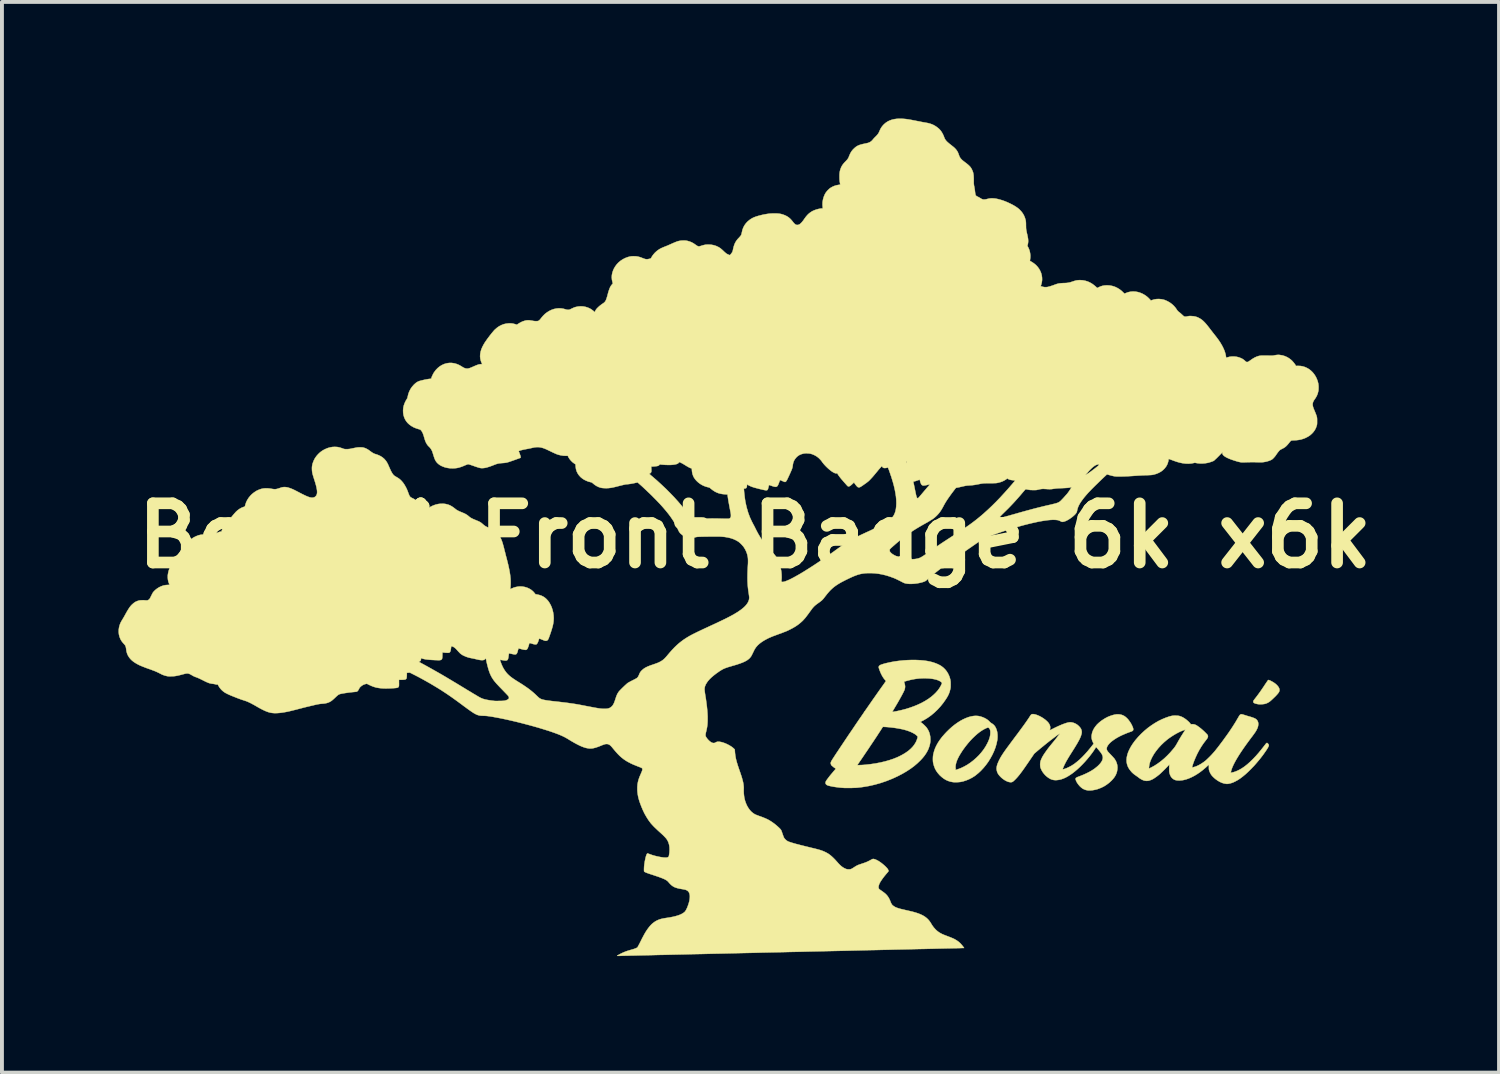
<source format=kicad_pcb>
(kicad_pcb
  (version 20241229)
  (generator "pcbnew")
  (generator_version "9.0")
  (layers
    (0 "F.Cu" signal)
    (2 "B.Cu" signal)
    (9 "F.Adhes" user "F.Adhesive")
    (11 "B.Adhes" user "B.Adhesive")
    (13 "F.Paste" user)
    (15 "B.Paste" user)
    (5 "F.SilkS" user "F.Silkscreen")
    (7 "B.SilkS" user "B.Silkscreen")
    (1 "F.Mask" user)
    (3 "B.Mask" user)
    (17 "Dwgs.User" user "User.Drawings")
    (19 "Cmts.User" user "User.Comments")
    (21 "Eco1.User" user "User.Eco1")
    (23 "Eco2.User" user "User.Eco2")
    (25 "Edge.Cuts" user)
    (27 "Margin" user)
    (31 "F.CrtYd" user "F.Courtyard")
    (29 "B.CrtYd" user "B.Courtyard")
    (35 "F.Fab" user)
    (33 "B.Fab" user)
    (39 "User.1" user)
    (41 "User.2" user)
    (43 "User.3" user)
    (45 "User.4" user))
  (footprint "Bonsai Front Badge 6k x6k"
    (layer "F.Cu")
    (at 16.379 10.739)
    (property "Reference" "Bonsai Front Badge 6k x6k" (at 0 0 0) (layer "F.SilkS") (effects (font (size 1.524 1.524) (thickness 0.3))))
    (attr through_hole)
    (fp_poly (pts (xy 13.224 3.714) (xy 13.236 3.717) (xy 13.252 3.723) (xy 13.274 3.733) (xy 13.28 3.736) (xy 13.328 3.762) (xy 13.371 3.789) (xy 13.409 3.818) (xy 13.441 3.848) (xy 13.467 3.879) (xy 13.487 3.909) (xy 13.499 3.939) (xy 13.504 3.968) (xy 13.503 3.979) (xy 13.5 3.998) (xy 13.493 4.016) (xy 13.482 4.036) (xy 13.466 4.058) (xy 13.444 4.084) (xy 13.43 4.099) (xy 13.41 4.121) (xy 13.386 4.145) (xy 13.36 4.17) (xy 13.334 4.195) (xy 13.308 4.219) (xy 13.285 4.24) (xy 13.264 4.258) (xy 13.248 4.271) (xy 13.244 4.274) (xy 13.213 4.293) (xy 13.177 4.311) (xy 13.139 4.324) (xy 13.13 4.327) (xy 13.1 4.332) (xy 13.064 4.336) (xy 13.026 4.338) (xy 12.988 4.338) (xy 12.953 4.335) (xy 12.925 4.33) (xy 12.891 4.322) (xy 12.865 4.313) (xy 12.846 4.303) (xy 12.837 4.296) (xy 12.831 4.284) (xy 12.829 4.269) (xy 12.829 4.263) (xy 12.83 4.257) (xy 12.832 4.251) (xy 12.836 4.244) (xy 12.842 4.234) (xy 12.851 4.222) (xy 12.864 4.205) (xy 12.881 4.183) (xy 12.895 4.165) (xy 12.922 4.13) (xy 12.949 4.094) (xy 12.976 4.057) (xy 13.004 4.018) (xy 13.034 3.975) (xy 13.067 3.927) (xy 13.103 3.874) (xy 13.114 3.857) (xy 13.134 3.826) (xy 13.153 3.798) (xy 13.171 3.772) (xy 13.185 3.751) (xy 13.197 3.734) (xy 13.205 3.722) (xy 13.21 3.716) (xy 13.21 3.716) (xy 13.216 3.713) (xy 13.224 3.714)) (stroke (width 0.01) (type solid)) (fill yes) (layer "F.SilkS"))
    (fp_poly (pts (xy 5.732 4.638) (xy 5.756 4.641) (xy 5.809 4.653) (xy 5.861 4.67) (xy 5.91 4.691) (xy 5.956 4.716) (xy 5.996 4.743) (xy 6.03 4.773) (xy 6.045 4.79) (xy 6.07 4.813) (xy 6.09 4.826) (xy 6.126 4.849) (xy 6.158 4.878) (xy 6.186 4.915) (xy 6.208 4.958) (xy 6.226 5.008) (xy 6.236 5.046) (xy 6.241 5.08) (xy 6.245 5.119) (xy 6.246 5.161) (xy 6.245 5.204) (xy 6.242 5.244) (xy 6.238 5.268) (xy 6.219 5.358) (xy 6.192 5.45) (xy 6.157 5.542) (xy 6.114 5.635) (xy 6.063 5.728) (xy 6.009 5.816) (xy 5.951 5.896) (xy 5.889 5.972) (xy 5.823 6.043) (xy 5.754 6.108) (xy 5.683 6.166) (xy 5.656 6.186) (xy 5.589 6.228) (xy 5.517 6.265) (xy 5.442 6.296) (xy 5.365 6.321) (xy 5.299 6.336) (xy 5.279 6.338) (xy 5.252 6.341) (xy 5.221 6.343) (xy 5.189 6.344) (xy 5.158 6.344) (xy 5.129 6.344) (xy 5.105 6.342) (xy 5.095 6.341) (xy 5.032 6.329) (xy 4.973 6.31) (xy 4.915 6.284) (xy 4.86 6.25) (xy 4.806 6.208) (xy 4.756 6.162) (xy 4.709 6.108) (xy 4.668 6.051) (xy 4.635 5.989) (xy 4.626 5.964) (xy 5.165 5.964) (xy 5.165 5.985) (xy 5.166 6.004) (xy 5.167 6.018) (xy 5.17 6.027) (xy 5.172 6.028) (xy 5.176 6.027) (xy 5.187 6.024) (xy 5.203 6.018) (xy 5.222 6.012) (xy 5.224 6.011) (xy 5.306 5.98) (xy 5.389 5.94) (xy 5.47 5.894) (xy 5.549 5.841) (xy 5.625 5.782) (xy 5.698 5.718) (xy 5.767 5.65) (xy 5.83 5.578) (xy 5.888 5.503) (xy 5.939 5.426) (xy 5.983 5.346) (xy 5.985 5.342) (xy 6.009 5.291) (xy 6.028 5.244) (xy 6.043 5.199) (xy 6.054 5.154) (xy 6.054 5.151) (xy 6.059 5.121) (xy 6.061 5.089) (xy 6.062 5.058) (xy 6.061 5.03) (xy 6.057 5.008) (xy 6.056 5.001) (xy 6.047 4.98) (xy 6.035 4.961) (xy 6.022 4.947) (xy 6.012 4.941) (xy 6.004 4.938) (xy 5.996 4.938) (xy 5.986 4.94) (xy 5.971 4.946) (xy 5.97 4.946) (xy 5.913 4.973) (xy 5.853 5.007) (xy 5.792 5.048) (xy 5.73 5.096) (xy 5.668 5.151) (xy 5.605 5.211) (xy 5.543 5.276) (xy 5.482 5.347) (xy 5.422 5.422) (xy 5.364 5.501) (xy 5.334 5.545) (xy 5.292 5.611) (xy 5.256 5.672) (xy 5.227 5.729) (xy 5.203 5.783) (xy 5.185 5.833) (xy 5.173 5.882) (xy 5.169 5.903) (xy 5.167 5.921) (xy 5.165 5.942) (xy 5.165 5.964) (xy 4.626 5.964) (xy 4.61 5.923) (xy 4.591 5.852) (xy 4.59 5.848) (xy 4.585 5.813) (xy 4.583 5.772) (xy 4.583 5.728) (xy 4.585 5.684) (xy 4.59 5.642) (xy 4.595 5.618) (xy 4.614 5.544) (xy 4.64 5.47) (xy 4.674 5.397) (xy 4.715 5.324) (xy 4.765 5.25) (xy 4.822 5.175) (xy 4.888 5.1) (xy 4.934 5.051) (xy 5.004 4.982) (xy 5.074 4.919) (xy 5.144 4.863) (xy 5.215 4.812) (xy 5.288 4.766) (xy 5.357 4.728) (xy 5.425 4.697) (xy 5.492 4.671) (xy 5.556 4.653) (xy 5.618 4.641) (xy 5.676 4.636) (xy 5.732 4.638)) (stroke (width 0.01) (type solid)) (fill yes) (layer "F.SilkS"))
    (fp_poly (pts (xy 4.149 3.199) (xy 4.254 3.204) (xy 4.354 3.213) (xy 4.432 3.224) (xy 4.507 3.239) (xy 4.578 3.257) (xy 4.645 3.28) (xy 4.707 3.305) (xy 4.763 3.333) (xy 4.799 3.355) (xy 4.851 3.395) (xy 4.897 3.44) (xy 4.939 3.492) (xy 4.973 3.548) (xy 5.001 3.608) (xy 5.01 3.632) (xy 5.02 3.665) (xy 5.028 3.693) (xy 5.033 3.719) (xy 5.037 3.745) (xy 5.039 3.774) (xy 5.039 3.808) (xy 5.04 3.829) (xy 5.039 3.859) (xy 5.039 3.882) (xy 5.038 3.901) (xy 5.036 3.917) (xy 5.033 3.933) (xy 5.03 3.95) (xy 5.027 3.96) (xy 5.016 4.004) (xy 5.003 4.044) (xy 4.987 4.083) (xy 4.967 4.123) (xy 4.943 4.165) (xy 4.914 4.21) (xy 4.848 4.305) (xy 4.776 4.394) (xy 4.7 4.477) (xy 4.619 4.554) (xy 4.535 4.624) (xy 4.448 4.686) (xy 4.357 4.741) (xy 4.3 4.771) (xy 4.284 4.78) (xy 4.272 4.786) (xy 4.264 4.791) (xy 4.263 4.792) (xy 4.266 4.796) (xy 4.275 4.803) (xy 4.287 4.812) (xy 4.292 4.816) (xy 4.312 4.832) (xy 4.336 4.852) (xy 4.36 4.875) (xy 4.384 4.899) (xy 4.405 4.921) (xy 4.421 4.941) (xy 4.424 4.944) (xy 4.458 4.997) (xy 4.484 5.052) (xy 4.502 5.11) (xy 4.514 5.172) (xy 4.518 5.239) (xy 4.518 5.245) (xy 4.517 5.293) (xy 4.511 5.338) (xy 4.502 5.382) (xy 4.488 5.43) (xy 4.487 5.433) (xy 4.465 5.493) (xy 4.437 5.55) (xy 4.404 5.606) (xy 4.366 5.661) (xy 4.32 5.718) (xy 4.267 5.776) (xy 4.259 5.784) (xy 4.182 5.858) (xy 4.097 5.93) (xy 4.005 5.998) (xy 3.904 6.064) (xy 3.796 6.127) (xy 3.681 6.187) (xy 3.536 6.254) (xy 3.388 6.313) (xy 3.238 6.364) (xy 3.085 6.407) (xy 2.931 6.442) (xy 2.775 6.468) (xy 2.65 6.483) (xy 2.629 6.485) (xy 2.602 6.487) (xy 2.57 6.488) (xy 2.533 6.489) (xy 2.495 6.491) (xy 2.456 6.491) (xy 2.418 6.492) (xy 2.383 6.492) (xy 2.351 6.492) (xy 2.325 6.492) (xy 2.306 6.491) (xy 2.305 6.491) (xy 2.247 6.487) (xy 2.189 6.482) (xy 2.132 6.475) (xy 2.077 6.468) (xy 2.025 6.46) (xy 1.977 6.451) (xy 1.934 6.442) (xy 1.898 6.433) (xy 1.876 6.426) (xy 1.85 6.414) (xy 1.832 6.398) (xy 1.821 6.379) (xy 1.818 6.357) (xy 1.824 6.332) (xy 1.829 6.32) (xy 1.837 6.306) (xy 1.85 6.287) (xy 1.867 6.263) (xy 1.888 6.236) (xy 1.911 6.205) (xy 1.937 6.172) (xy 1.965 6.138) (xy 1.994 6.104) (xy 2.023 6.069) (xy 2.033 6.057) (xy 2.049 6.039) (xy 2.063 6.022) (xy 2.074 6.009) (xy 2.081 6) (xy 2.083 5.997) (xy 2.08 5.994) (xy 2.071 5.988) (xy 2.058 5.978) (xy 2.048 5.972) (xy 2.026 5.956) (xy 2.004 5.938) (xy 1.986 5.921) (xy 1.971 5.905) (xy 1.97 5.904) (xy 2.637 5.904) (xy 2.641 5.905) (xy 2.653 5.905) (xy 2.67 5.905) (xy 2.692 5.904) (xy 2.718 5.903) (xy 2.747 5.902) (xy 2.777 5.9) (xy 2.807 5.898) (xy 2.836 5.895) (xy 2.842 5.895) (xy 2.977 5.88) (xy 3.107 5.861) (xy 3.231 5.837) (xy 3.35 5.809) (xy 3.462 5.777) (xy 3.569 5.741) (xy 3.668 5.701) (xy 3.761 5.656) (xy 3.846 5.608) (xy 3.882 5.585) (xy 3.948 5.539) (xy 4.005 5.49) (xy 4.055 5.44) (xy 4.097 5.388) (xy 4.132 5.334) (xy 4.149 5.302) (xy 4.16 5.278) (xy 4.17 5.251) (xy 4.179 5.226) (xy 4.186 5.202) (xy 4.19 5.183) (xy 4.191 5.173) (xy 4.188 5.166) (xy 4.179 5.155) (xy 4.166 5.142) (xy 4.149 5.128) (xy 4.132 5.114) (xy 4.12 5.106) (xy 4.085 5.085) (xy 4.044 5.064) (xy 3.997 5.043) (xy 3.947 5.024) (xy 3.895 5.007) (xy 3.854 4.995) (xy 3.794 4.98) (xy 3.727 4.967) (xy 3.655 4.954) (xy 3.581 4.943) (xy 3.505 4.934) (xy 3.43 4.926) (xy 3.358 4.921) (xy 3.35 4.921) (xy 3.295 4.918) (xy 3.253 4.983) (xy 3.219 5.036) (xy 3.181 5.094) (xy 3.14 5.158) (xy 3.095 5.225) (xy 3.049 5.295) (xy 3.001 5.366) (xy 2.953 5.438) (xy 2.905 5.51) (xy 2.857 5.58) (xy 2.811 5.648) (xy 2.768 5.712) (xy 2.727 5.772) (xy 2.717 5.786) (xy 2.698 5.813) (xy 2.681 5.839) (xy 2.665 5.861) (xy 2.653 5.88) (xy 2.644 5.894) (xy 2.638 5.902) (xy 2.637 5.904) (xy 1.97 5.904) (xy 1.962 5.893) (xy 1.962 5.893) (xy 1.954 5.869) (xy 1.954 5.843) (xy 1.957 5.828) (xy 1.959 5.823) (xy 1.962 5.817) (xy 1.965 5.81) (xy 1.969 5.801) (xy 1.975 5.791) (xy 1.983 5.778) (xy 1.992 5.762) (xy 2.004 5.744) (xy 2.018 5.722) (xy 2.035 5.696) (xy 2.055 5.665) (xy 2.078 5.63) (xy 2.104 5.59) (xy 2.135 5.545) (xy 2.169 5.493) (xy 2.207 5.436) (xy 2.244 5.381) (xy 2.332 5.249) (xy 2.421 5.116) (xy 2.512 4.983) (xy 2.602 4.849) (xy 2.692 4.717) (xy 2.782 4.587) (xy 2.817 4.535) (xy 3.535 4.535) (xy 3.558 4.532) (xy 3.57 4.531) (xy 3.589 4.527) (xy 3.611 4.523) (xy 3.637 4.519) (xy 3.657 4.515) (xy 3.773 4.489) (xy 3.885 4.46) (xy 3.993 4.426) (xy 4.096 4.389) (xy 4.193 4.349) (xy 4.285 4.306) (xy 4.371 4.259) (xy 4.452 4.209) (xy 4.525 4.157) (xy 4.592 4.102) (xy 4.652 4.045) (xy 4.705 3.986) (xy 4.75 3.925) (xy 4.787 3.862) (xy 4.794 3.846) (xy 4.805 3.824) (xy 4.812 3.808) (xy 4.815 3.797) (xy 4.815 3.788) (xy 4.811 3.781) (xy 4.805 3.774) (xy 4.798 3.768) (xy 4.766 3.744) (xy 4.726 3.724) (xy 4.679 3.707) (xy 4.625 3.693) (xy 4.564 3.682) (xy 4.497 3.674) (xy 4.425 3.67) (xy 4.367 3.669) (xy 4.302 3.67) (xy 4.242 3.673) (xy 4.184 3.679) (xy 4.125 3.687) (xy 4.062 3.698) (xy 4.024 3.706) (xy 4.003 3.711) (xy 3.979 3.717) (xy 3.953 3.724) (xy 3.927 3.73) (xy 3.902 3.737) (xy 3.88 3.744) (xy 3.861 3.749) (xy 3.848 3.754) (xy 3.841 3.757) (xy 3.84 3.757) (xy 3.841 3.762) (xy 3.844 3.772) (xy 3.848 3.787) (xy 3.85 3.792) (xy 3.862 3.837) (xy 3.867 3.879) (xy 3.864 3.919) (xy 3.855 3.958) (xy 3.846 3.98) (xy 3.835 4.004) (xy 3.82 4.035) (xy 3.801 4.071) (xy 3.779 4.113) (xy 3.754 4.158) (xy 3.726 4.208) (xy 3.697 4.26) (xy 3.665 4.315) (xy 3.632 4.371) (xy 3.598 4.428) (xy 3.591 4.44) (xy 3.535 4.535) (xy 2.817 4.535) (xy 2.87 4.459) (xy 2.956 4.335) (xy 3.04 4.214) (xy 3.121 4.099) (xy 3.198 3.989) (xy 3.272 3.885) (xy 3.279 3.875) (xy 3.301 3.845) (xy 3.32 3.818) (xy 3.337 3.793) (xy 3.352 3.772) (xy 3.363 3.756) (xy 3.371 3.745) (xy 3.374 3.74) (xy 3.374 3.74) (xy 3.371 3.736) (xy 3.364 3.727) (xy 3.354 3.715) (xy 3.35 3.711) (xy 3.322 3.677) (xy 3.294 3.636) (xy 3.267 3.589) (xy 3.241 3.536) (xy 3.217 3.478) (xy 3.197 3.422) (xy 3.191 3.402) (xy 3.188 3.385) (xy 3.19 3.369) (xy 3.195 3.356) (xy 3.206 3.344) (xy 3.222 3.332) (xy 3.244 3.321) (xy 3.272 3.311) (xy 3.307 3.3) (xy 3.349 3.288) (xy 3.385 3.279) (xy 3.489 3.256) (xy 3.596 3.236) (xy 3.707 3.221) (xy 3.819 3.209) (xy 3.93 3.202) (xy 4.041 3.198) (xy 4.149 3.199)) (stroke (width 0.01) (type solid)) (fill yes) (layer "F.SilkS"))
    (fp_poly (pts (xy 7.17 4.592) (xy 7.183 4.593) (xy 7.228 4.603) (xy 7.276 4.62) (xy 7.326 4.642) (xy 7.377 4.669) (xy 7.426 4.7) (xy 7.474 4.735) (xy 7.485 4.744) (xy 7.525 4.78) (xy 7.556 4.814) (xy 7.579 4.849) (xy 7.594 4.883) (xy 7.602 4.917) (xy 7.602 4.952) (xy 7.596 4.979) (xy 7.593 4.993) (xy 7.591 5.002) (xy 7.591 5.006) (xy 7.595 5.004) (xy 7.606 5) (xy 7.622 4.992) (xy 7.643 4.982) (xy 7.667 4.97) (xy 7.694 4.957) (xy 7.697 4.955) (xy 7.774 4.918) (xy 7.844 4.886) (xy 7.908 4.859) (xy 7.966 4.837) (xy 8.017 4.82) (xy 8.061 4.808) (xy 8.099 4.802) (xy 8.122 4.801) (xy 8.157 4.804) (xy 8.194 4.813) (xy 8.232 4.827) (xy 8.268 4.845) (xy 8.3 4.866) (xy 8.322 4.884) (xy 8.344 4.905) (xy 8.364 4.927) (xy 8.381 4.949) (xy 8.392 4.965) (xy 8.405 4.998) (xy 8.413 5.034) (xy 8.413 5.07) (xy 8.412 5.078) (xy 8.407 5.102) (xy 8.4 5.128) (xy 8.391 5.156) (xy 8.379 5.187) (xy 8.364 5.22) (xy 8.346 5.257) (xy 8.324 5.297) (xy 8.299 5.342) (xy 8.269 5.392) (xy 8.235 5.448) (xy 8.197 5.509) (xy 8.163 5.563) (xy 8.13 5.615) (xy 8.101 5.661) (xy 8.076 5.702) (xy 8.054 5.739) (xy 8.034 5.773) (xy 8.016 5.804) (xy 8 5.834) (xy 7.985 5.864) (xy 7.984 5.865) (xy 7.969 5.895) (xy 7.956 5.924) (xy 7.944 5.95) (xy 7.935 5.974) (xy 7.928 5.993) (xy 7.925 6.006) (xy 7.925 6.01) (xy 7.929 6.011) (xy 7.939 6.01) (xy 7.954 6.007) (xy 7.974 6.001) (xy 7.996 5.993) (xy 8.018 5.985) (xy 8.084 5.955) (xy 8.151 5.919) (xy 8.219 5.875) (xy 8.286 5.823) (xy 8.355 5.765) (xy 8.425 5.698) (xy 8.496 5.624) (xy 8.569 5.542) (xy 8.643 5.452) (xy 8.669 5.419) (xy 8.72 5.354) (xy 8.701 5.315) (xy 8.682 5.27) (xy 8.671 5.227) (xy 8.666 5.183) (xy 8.668 5.138) (xy 8.67 5.129) (xy 8.681 5.072) (xy 8.701 5.017) (xy 8.729 4.962) (xy 8.765 4.91) (xy 8.807 4.859) (xy 8.858 4.811) (xy 8.915 4.765) (xy 8.979 4.722) (xy 8.99 4.715) (xy 9.022 4.696) (xy 9.05 4.681) (xy 9.077 4.667) (xy 9.104 4.655) (xy 9.134 4.643) (xy 9.137 4.642) (xy 9.201 4.62) (xy 9.259 4.605) (xy 9.312 4.597) (xy 9.361 4.596) (xy 9.378 4.598) (xy 9.426 4.606) (xy 9.468 4.62) (xy 9.508 4.64) (xy 9.547 4.668) (xy 9.58 4.699) (xy 9.605 4.725) (xy 9.629 4.756) (xy 9.652 4.788) (xy 9.674 4.822) (xy 9.694 4.856) (xy 9.71 4.89) (xy 9.724 4.921) (xy 9.734 4.949) (xy 9.739 4.973) (xy 9.739 4.992) (xy 9.739 4.993) (xy 9.735 5.007) (xy 9.728 5.018) (xy 9.716 5.026) (xy 9.699 5.035) (xy 9.678 5.042) (xy 9.642 5.055) (xy 9.601 5.07) (xy 9.558 5.087) (xy 9.515 5.105) (xy 9.474 5.123) (xy 9.438 5.139) (xy 9.372 5.172) (xy 9.311 5.206) (xy 9.256 5.241) (xy 9.208 5.275) (xy 9.165 5.309) (xy 9.129 5.343) (xy 9.1 5.377) (xy 9.078 5.409) (xy 9.063 5.44) (xy 9.056 5.47) (xy 9.056 5.491) (xy 9.059 5.504) (xy 9.063 5.517) (xy 9.069 5.531) (xy 9.078 5.545) (xy 9.091 5.562) (xy 9.108 5.581) (xy 9.13 5.604) (xy 9.157 5.633) (xy 9.161 5.636) (xy 9.183 5.66) (xy 9.204 5.682) (xy 9.224 5.704) (xy 9.24 5.722) (xy 9.253 5.737) (xy 9.259 5.745) (xy 9.29 5.795) (xy 9.312 5.847) (xy 9.327 5.901) (xy 9.333 5.957) (xy 9.33 6.014) (xy 9.32 6.072) (xy 9.32 6.073) (xy 9.304 6.122) (xy 9.283 6.168) (xy 9.256 6.212) (xy 9.221 6.257) (xy 9.18 6.302) (xy 9.118 6.359) (xy 9.053 6.408) (xy 8.985 6.451) (xy 8.912 6.487) (xy 8.834 6.517) (xy 8.826 6.52) (xy 8.78 6.533) (xy 8.733 6.543) (xy 8.686 6.551) (xy 8.641 6.555) (xy 8.599 6.556) (xy 8.563 6.553) (xy 8.562 6.553) (xy 8.516 6.543) (xy 8.473 6.527) (xy 8.433 6.506) (xy 8.396 6.477) (xy 8.359 6.442) (xy 8.323 6.399) (xy 8.309 6.379) (xy 8.294 6.357) (xy 8.281 6.333) (xy 8.269 6.309) (xy 8.261 6.287) (xy 8.256 6.27) (xy 8.255 6.262) (xy 8.256 6.252) (xy 8.258 6.243) (xy 8.263 6.236) (xy 8.272 6.229) (xy 8.285 6.221) (xy 8.304 6.212) (xy 8.329 6.202) (xy 8.357 6.192) (xy 8.449 6.155) (xy 8.534 6.117) (xy 8.611 6.078) (xy 8.68 6.038) (xy 8.743 5.996) (xy 8.798 5.952) (xy 8.834 5.921) (xy 8.871 5.883) (xy 8.9 5.849) (xy 8.923 5.815) (xy 8.94 5.783) (xy 8.951 5.751) (xy 8.952 5.749) (xy 8.957 5.718) (xy 8.955 5.687) (xy 8.947 5.657) (xy 8.932 5.624) (xy 8.915 5.597) (xy 8.907 5.585) (xy 8.895 5.57) (xy 8.88 5.551) (xy 8.864 5.531) (xy 8.847 5.511) (xy 8.83 5.491) (xy 8.815 5.473) (xy 8.802 5.458) (xy 8.791 5.447) (xy 8.785 5.441) (xy 8.784 5.441) (xy 8.78 5.443) (xy 8.774 5.451) (xy 8.771 5.456) (xy 8.726 5.527) (xy 8.675 5.599) (xy 8.619 5.672) (xy 8.559 5.745) (xy 8.497 5.816) (xy 8.432 5.885) (xy 8.367 5.95) (xy 8.301 6.011) (xy 8.235 6.067) (xy 8.171 6.117) (xy 8.126 6.148) (xy 8.062 6.189) (xy 8.001 6.223) (xy 7.942 6.249) (xy 7.886 6.269) (xy 7.831 6.282) (xy 7.777 6.289) (xy 7.762 6.29) (xy 7.721 6.29) (xy 7.686 6.286) (xy 7.653 6.278) (xy 7.619 6.266) (xy 7.597 6.255) (xy 7.555 6.23) (xy 7.514 6.199) (xy 7.474 6.163) (xy 7.438 6.122) (xy 7.406 6.079) (xy 7.38 6.034) (xy 7.36 5.99) (xy 7.35 5.961) (xy 7.345 5.93) (xy 7.343 5.895) (xy 7.344 5.859) (xy 7.349 5.824) (xy 7.353 5.804) (xy 7.365 5.769) (xy 7.382 5.73) (xy 7.403 5.688) (xy 7.43 5.643) (xy 7.463 5.593) (xy 7.501 5.539) (xy 7.544 5.48) (xy 7.594 5.416) (xy 7.645 5.353) (xy 7.678 5.313) (xy 7.71 5.274) (xy 7.739 5.238) (xy 7.765 5.205) (xy 7.788 5.175) (xy 7.808 5.149) (xy 7.824 5.127) (xy 7.836 5.111) (xy 7.842 5.1) (xy 7.844 5.095) (xy 7.841 5.096) (xy 7.832 5.101) (xy 7.817 5.111) (xy 7.798 5.124) (xy 7.774 5.141) (xy 7.747 5.161) (xy 7.717 5.184) (xy 7.685 5.208) (xy 7.651 5.234) (xy 7.615 5.261) (xy 7.58 5.288) (xy 7.545 5.316) (xy 7.51 5.343) (xy 7.495 5.356) (xy 7.462 5.382) (xy 7.426 5.412) (xy 7.387 5.443) (xy 7.349 5.474) (xy 7.314 5.504) (xy 7.292 5.522) (xy 7.192 5.607) (xy 7.126 5.704) (xy 7.076 5.777) (xy 7.031 5.843) (xy 6.99 5.902) (xy 6.953 5.956) (xy 6.919 6.004) (xy 6.888 6.048) (xy 6.859 6.087) (xy 6.833 6.121) (xy 6.81 6.152) (xy 6.8 6.164) (xy 6.78 6.188) (xy 6.759 6.213) (xy 6.736 6.238) (xy 6.713 6.263) (xy 6.69 6.285) (xy 6.67 6.305) (xy 6.652 6.32) (xy 6.638 6.331) (xy 6.632 6.335) (xy 6.605 6.343) (xy 6.575 6.344) (xy 6.542 6.339) (xy 6.505 6.328) (xy 6.468 6.311) (xy 6.428 6.289) (xy 6.389 6.262) (xy 6.35 6.231) (xy 6.322 6.204) (xy 6.289 6.168) (xy 6.263 6.133) (xy 6.244 6.098) (xy 6.231 6.06) (xy 6.223 6.02) (xy 6.223 6.018) (xy 6.221 5.986) (xy 6.225 5.951) (xy 6.233 5.913) (xy 6.246 5.871) (xy 6.266 5.824) (xy 6.28 5.793) (xy 6.293 5.767) (xy 6.307 5.74) (xy 6.321 5.713) (xy 6.337 5.686) (xy 6.355 5.657) (xy 6.375 5.626) (xy 6.397 5.592) (xy 6.422 5.556) (xy 6.45 5.516) (xy 6.482 5.472) (xy 6.518 5.423) (xy 6.558 5.369) (xy 6.602 5.309) (xy 6.636 5.264) (xy 6.699 5.179) (xy 6.758 5.101) (xy 6.811 5.029) (xy 6.859 4.964) (xy 6.903 4.904) (xy 6.942 4.85) (xy 6.976 4.802) (xy 7.006 4.759) (xy 7.031 4.722) (xy 7.053 4.69) (xy 7.07 4.663) (xy 7.074 4.657) (xy 7.09 4.631) (xy 7.104 4.613) (xy 7.118 4.6) (xy 7.132 4.593) (xy 7.149 4.591) (xy 7.17 4.592)) (stroke (width 0.01) (type solid)) (fill yes) (layer "F.SilkS"))
    (fp_poly (pts (xy 12.537 4.596) (xy 12.561 4.602) (xy 12.591 4.611) (xy 12.599 4.614) (xy 12.626 4.622) (xy 12.654 4.631) (xy 12.682 4.64) (xy 12.705 4.646) (xy 12.711 4.648) (xy 12.756 4.661) (xy 12.794 4.673) (xy 12.825 4.684) (xy 12.851 4.694) (xy 12.872 4.704) (xy 12.89 4.714) (xy 12.904 4.725) (xy 12.917 4.736) (xy 12.92 4.74) (xy 12.94 4.768) (xy 12.952 4.799) (xy 12.958 4.835) (xy 12.956 4.874) (xy 12.948 4.916) (xy 12.932 4.96) (xy 12.909 5.007) (xy 12.884 5.049) (xy 12.875 5.062) (xy 12.862 5.08) (xy 12.846 5.103) (xy 12.827 5.129) (xy 12.807 5.157) (xy 12.785 5.185) (xy 12.778 5.194) (xy 12.707 5.29) (xy 12.642 5.379) (xy 12.582 5.464) (xy 12.528 5.543) (xy 12.479 5.617) (xy 12.435 5.687) (xy 12.396 5.752) (xy 12.361 5.814) (xy 12.331 5.871) (xy 12.308 5.919) (xy 12.294 5.951) (xy 12.281 5.984) (xy 12.27 6.016) (xy 12.261 6.044) (xy 12.255 6.068) (xy 12.253 6.078) (xy 12.25 6.1) (xy 12.267 6.097) (xy 12.317 6.087) (xy 12.371 6.069) (xy 12.427 6.046) (xy 12.484 6.017) (xy 12.541 5.983) (xy 12.597 5.945) (xy 12.603 5.941) (xy 12.674 5.885) (xy 12.746 5.821) (xy 12.819 5.75) (xy 12.894 5.671) (xy 12.97 5.585) (xy 13.045 5.492) (xy 13.091 5.434) (xy 13.114 5.404) (xy 13.133 5.38) (xy 13.147 5.361) (xy 13.159 5.348) (xy 13.168 5.339) (xy 13.175 5.334) (xy 13.181 5.333) (xy 13.186 5.334) (xy 13.192 5.338) (xy 13.198 5.344) (xy 13.2 5.345) (xy 13.216 5.362) (xy 13.225 5.377) (xy 13.229 5.393) (xy 13.226 5.411) (xy 13.217 5.432) (xy 13.207 5.451) (xy 13.181 5.495) (xy 13.148 5.544) (xy 13.111 5.597) (xy 13.071 5.653) (xy 13.027 5.71) (xy 12.981 5.768) (xy 12.933 5.825) (xy 12.885 5.881) (xy 12.867 5.901) (xy 12.844 5.927) (xy 12.816 5.955) (xy 12.786 5.987) (xy 12.754 6.019) (xy 12.722 6.051) (xy 12.691 6.081) (xy 12.662 6.108) (xy 12.637 6.131) (xy 12.626 6.141) (xy 12.558 6.197) (xy 12.492 6.247) (xy 12.428 6.289) (xy 12.366 6.323) (xy 12.307 6.351) (xy 12.251 6.37) (xy 12.198 6.382) (xy 12.187 6.384) (xy 12.17 6.386) (xy 12.157 6.387) (xy 12.149 6.387) (xy 12.148 6.387) (xy 12.141 6.387) (xy 12.13 6.385) (xy 12.129 6.385) (xy 12.075 6.376) (xy 12.021 6.359) (xy 11.966 6.334) (xy 11.911 6.302) (xy 11.858 6.264) (xy 11.829 6.24) (xy 11.791 6.204) (xy 11.759 6.169) (xy 11.734 6.133) (xy 11.714 6.094) (xy 11.699 6.058) (xy 11.694 6.044) (xy 11.691 6.031) (xy 11.688 6.019) (xy 11.687 6.006) (xy 11.686 5.988) (xy 11.686 5.965) (xy 11.686 5.958) (xy 11.686 5.932) (xy 11.686 5.914) (xy 11.684 5.903) (xy 11.681 5.898) (xy 11.677 5.899) (xy 11.67 5.904) (xy 11.66 5.914) (xy 11.659 5.916) (xy 11.648 5.927) (xy 11.632 5.941) (xy 11.613 5.959) (xy 11.591 5.978) (xy 11.568 5.997) (xy 11.546 6.016) (xy 11.526 6.033) (xy 11.523 6.035) (xy 11.454 6.088) (xy 11.384 6.135) (xy 11.313 6.178) (xy 11.243 6.214) (xy 11.173 6.245) (xy 11.106 6.269) (xy 11.041 6.286) (xy 11.016 6.291) (xy 10.976 6.296) (xy 10.934 6.299) (xy 10.916 6.299) (xy 10.873 6.297) (xy 10.836 6.292) (xy 10.803 6.281) (xy 10.775 6.266) (xy 10.748 6.245) (xy 10.742 6.24) (xy 10.716 6.21) (xy 10.695 6.174) (xy 10.679 6.133) (xy 10.668 6.085) (xy 10.668 6.082) (xy 10.666 6.067) (xy 10.665 6.047) (xy 10.665 6.022) (xy 10.665 5.996) (xy 10.665 5.969) (xy 10.666 5.943) (xy 10.667 5.92) (xy 10.669 5.903) (xy 10.67 5.893) (xy 10.669 5.89) (xy 10.664 5.894) (xy 10.654 5.903) (xy 10.639 5.92) (xy 10.638 5.92) (xy 10.615 5.945) (xy 10.588 5.973) (xy 10.559 6.003) (xy 10.528 6.033) (xy 10.498 6.063) (xy 10.468 6.091) (xy 10.441 6.117) (xy 10.417 6.139) (xy 10.397 6.156) (xy 10.393 6.159) (xy 10.362 6.183) (xy 10.33 6.207) (xy 10.298 6.229) (xy 10.268 6.249) (xy 10.242 6.264) (xy 10.231 6.27) (xy 10.215 6.277) (xy 10.195 6.286) (xy 10.174 6.293) (xy 10.167 6.296) (xy 10.124 6.307) (xy 10.081 6.31) (xy 10.037 6.305) (xy 9.993 6.292) (xy 9.947 6.27) (xy 9.942 6.267) (xy 9.924 6.256) (xy 9.902 6.242) (xy 9.881 6.226) (xy 9.868 6.216) (xy 9.846 6.2) (xy 9.821 6.182) (xy 9.797 6.165) (xy 9.785 6.157) (xy 9.744 6.126) (xy 9.704 6.089) (xy 9.668 6.047) (xy 9.635 6.003) (xy 9.628 5.991) (xy 10.142 5.991) (xy 10.152 5.988) (xy 10.159 5.985) (xy 10.173 5.979) (xy 10.19 5.971) (xy 10.209 5.961) (xy 10.212 5.96) (xy 10.293 5.915) (xy 10.375 5.861) (xy 10.456 5.801) (xy 10.536 5.734) (xy 10.614 5.66) (xy 10.691 5.58) (xy 10.764 5.495) (xy 10.78 5.476) (xy 10.8 5.451) (xy 10.817 5.427) (xy 10.833 5.403) (xy 10.85 5.375) (xy 10.868 5.343) (xy 10.873 5.334) (xy 10.92 5.251) (xy 10.965 5.175) (xy 11.01 5.103) (xy 11.039 5.058) (xy 11.052 5.037) (xy 11.064 5.019) (xy 11.072 5.004) (xy 11.077 4.995) (xy 11.079 4.991) (xy 11.079 4.991) (xy 11.072 4.993) (xy 11.06 4.997) (xy 11.042 5.003) (xy 11.022 5.011) (xy 10.999 5.02) (xy 10.976 5.029) (xy 10.955 5.038) (xy 10.944 5.043) (xy 10.899 5.065) (xy 10.85 5.091) (xy 10.798 5.121) (xy 10.747 5.153) (xy 10.697 5.186) (xy 10.65 5.219) (xy 10.613 5.247) (xy 10.532 5.316) (xy 10.458 5.387) (xy 10.39 5.461) (xy 10.329 5.537) (xy 10.275 5.613) (xy 10.23 5.691) (xy 10.218 5.715) (xy 10.192 5.77) (xy 10.172 5.822) (xy 10.158 5.871) (xy 10.149 5.92) (xy 10.145 5.956) (xy 10.142 5.991) (xy 9.628 5.991) (xy 9.609 5.958) (xy 9.597 5.932) (xy 9.579 5.878) (xy 9.569 5.822) (xy 9.567 5.763) (xy 9.573 5.702) (xy 9.587 5.639) (xy 9.608 5.573) (xy 9.638 5.506) (xy 9.675 5.436) (xy 9.719 5.365) (xy 9.771 5.293) (xy 9.797 5.26) (xy 9.869 5.176) (xy 9.946 5.096) (xy 10.028 5.02) (xy 10.113 4.949) (xy 10.202 4.884) (xy 10.293 4.824) (xy 10.386 4.77) (xy 10.48 4.724) (xy 10.574 4.685) (xy 10.66 4.655) (xy 10.693 4.646) (xy 10.721 4.639) (xy 10.747 4.634) (xy 10.771 4.631) (xy 10.798 4.63) (xy 10.829 4.63) (xy 10.865 4.631) (xy 10.896 4.634) (xy 10.925 4.639) (xy 10.953 4.648) (xy 10.985 4.66) (xy 10.987 4.661) (xy 11.02 4.677) (xy 11.055 4.699) (xy 11.092 4.724) (xy 11.127 4.753) (xy 11.161 4.783) (xy 11.19 4.813) (xy 11.205 4.831) (xy 11.222 4.854) (xy 11.245 4.851) (xy 11.277 4.851) (xy 11.309 4.856) (xy 11.338 4.865) (xy 11.339 4.866) (xy 11.367 4.88) (xy 11.399 4.901) (xy 11.434 4.926) (xy 11.472 4.955) (xy 11.511 4.988) (xy 11.55 5.023) (xy 11.589 5.06) (xy 11.589 5.061) (xy 11.611 5.083) (xy 11.628 5.1) (xy 11.64 5.113) (xy 11.649 5.123) (xy 11.654 5.132) (xy 11.657 5.139) (xy 11.659 5.143) (xy 11.662 5.16) (xy 11.661 5.176) (xy 11.656 5.192) (xy 11.647 5.211) (xy 11.633 5.232) (xy 11.613 5.258) (xy 11.61 5.262) (xy 11.55 5.34) (xy 11.493 5.424) (xy 11.439 5.514) (xy 11.389 5.608) (xy 11.344 5.705) (xy 11.306 5.796) (xy 11.296 5.823) (xy 11.286 5.85) (xy 11.277 5.877) (xy 11.269 5.902) (xy 11.262 5.925) (xy 11.257 5.943) (xy 11.254 5.956) (xy 11.253 5.963) (xy 11.253 5.963) (xy 11.259 5.963) (xy 11.27 5.961) (xy 11.286 5.958) (xy 11.305 5.953) (xy 11.325 5.947) (xy 11.345 5.941) (xy 11.361 5.935) (xy 11.424 5.906) (xy 11.489 5.869) (xy 11.554 5.825) (xy 11.591 5.797) (xy 11.61 5.781) (xy 11.634 5.759) (xy 11.661 5.733) (xy 11.691 5.704) (xy 11.721 5.674) (xy 11.751 5.643) (xy 11.779 5.612) (xy 11.805 5.583) (xy 11.828 5.557) (xy 11.831 5.554) (xy 11.856 5.523) (xy 11.885 5.486) (xy 11.918 5.445) (xy 11.953 5.399) (xy 11.989 5.351) (xy 12.027 5.301) (xy 12.065 5.25) (xy 12.074 5.236) (xy 12.136 5.151) (xy 12.193 5.071) (xy 12.245 4.994) (xy 12.293 4.922) (xy 12.338 4.851) (xy 12.381 4.782) (xy 12.421 4.713) (xy 12.446 4.671) (xy 12.462 4.643) (xy 12.476 4.622) (xy 12.489 4.608) (xy 12.502 4.599) (xy 12.518 4.595) (xy 12.537 4.596)) (stroke (width 0.01) (type solid)) (fill yes) (layer "F.SilkS"))
    (fp_poly (pts (xy 3.804 -10.732) (xy 3.887 -10.725) (xy 3.935 -10.718) (xy 3.953 -10.716) (xy 3.977 -10.711) (xy 4.008 -10.706) (xy 4.042 -10.7) (xy 4.08 -10.692) (xy 4.119 -10.685) (xy 4.158 -10.677) (xy 4.161 -10.676) (xy 4.201 -10.669) (xy 4.241 -10.661) (xy 4.279 -10.653) (xy 4.315 -10.646) (xy 4.347 -10.64) (xy 4.374 -10.636) (xy 4.393 -10.632) (xy 4.394 -10.632) (xy 4.455 -10.621) (xy 4.508 -10.607) (xy 4.557 -10.59) (xy 4.602 -10.57) (xy 4.645 -10.545) (xy 4.688 -10.516) (xy 4.694 -10.511) (xy 4.737 -10.476) (xy 4.774 -10.437) (xy 4.806 -10.394) (xy 4.834 -10.346) (xy 4.86 -10.291) (xy 4.874 -10.253) (xy 4.884 -10.228) (xy 4.897 -10.204) (xy 4.913 -10.181) (xy 4.932 -10.158) (xy 4.957 -10.133) (xy 4.987 -10.107) (xy 5.023 -10.077) (xy 5.038 -10.066) (xy 5.07 -10.04) (xy 5.097 -10.019) (xy 5.119 -10.001) (xy 5.137 -9.985) (xy 5.152 -9.97) (xy 5.165 -9.956) (xy 5.178 -9.942) (xy 5.183 -9.935) (xy 5.212 -9.894) (xy 5.234 -9.849) (xy 5.251 -9.802) (xy 5.262 -9.772) (xy 5.274 -9.746) (xy 5.29 -9.721) (xy 5.31 -9.697) (xy 5.334 -9.672) (xy 5.365 -9.646) (xy 5.397 -9.621) (xy 5.437 -9.591) (xy 5.471 -9.564) (xy 5.498 -9.541) (xy 5.521 -9.519) (xy 5.541 -9.498) (xy 5.557 -9.477) (xy 5.571 -9.456) (xy 5.583 -9.433) (xy 5.584 -9.432) (xy 5.598 -9.401) (xy 5.61 -9.372) (xy 5.619 -9.342) (xy 5.625 -9.311) (xy 5.63 -9.276) (xy 5.632 -9.237) (xy 5.634 -9.192) (xy 5.634 -9.157) (xy 5.634 -9.125) (xy 5.634 -9.099) (xy 5.634 -9.078) (xy 5.635 -9.061) (xy 5.637 -9.044) (xy 5.639 -9.027) (xy 5.642 -9.008) (xy 5.647 -8.986) (xy 5.652 -8.957) (xy 5.657 -8.925) (xy 5.662 -8.894) (xy 5.665 -8.867) (xy 5.666 -8.859) (xy 5.67 -8.826) (xy 5.674 -8.801) (xy 5.678 -8.782) (xy 5.683 -8.767) (xy 5.69 -8.756) (xy 5.699 -8.747) (xy 5.711 -8.739) (xy 5.726 -8.731) (xy 5.734 -8.727) (xy 5.756 -8.716) (xy 5.778 -8.704) (xy 5.798 -8.692) (xy 5.805 -8.688) (xy 5.829 -8.673) (xy 5.85 -8.663) (xy 5.871 -8.657) (xy 5.893 -8.654) (xy 5.917 -8.655) (xy 5.946 -8.659) (xy 5.98 -8.667) (xy 5.988 -8.669) (xy 6.014 -8.675) (xy 6.035 -8.679) (xy 6.052 -8.682) (xy 6.07 -8.683) (xy 6.089 -8.684) (xy 6.107 -8.684) (xy 6.141 -8.683) (xy 6.175 -8.68) (xy 6.204 -8.676) (xy 6.204 -8.676) (xy 6.261 -8.664) (xy 6.32 -8.648) (xy 6.382 -8.629) (xy 6.444 -8.606) (xy 6.506 -8.58) (xy 6.566 -8.552) (xy 6.624 -8.523) (xy 6.678 -8.493) (xy 6.727 -8.462) (xy 6.771 -8.431) (xy 6.807 -8.401) (xy 6.811 -8.396) (xy 6.857 -8.348) (xy 6.895 -8.298) (xy 6.925 -8.246) (xy 6.949 -8.19) (xy 6.967 -8.129) (xy 6.969 -8.122) (xy 6.972 -8.107) (xy 6.974 -8.091) (xy 6.976 -8.073) (xy 6.977 -8.051) (xy 6.978 -8.025) (xy 6.978 -7.991) (xy 6.978 -7.988) (xy 6.979 -7.961) (xy 6.979 -7.938) (xy 6.98 -7.919) (xy 6.981 -7.901) (xy 6.983 -7.884) (xy 6.986 -7.865) (xy 6.99 -7.845) (xy 6.995 -7.82) (xy 7.001 -7.79) (xy 7.01 -7.754) (xy 7.012 -7.743) (xy 7.022 -7.695) (xy 7.03 -7.652) (xy 7.034 -7.615) (xy 7.035 -7.581) (xy 7.033 -7.548) (xy 7.028 -7.516) (xy 7.023 -7.494) (xy 7.015 -7.459) (xy 7.029 -7.435) (xy 7.053 -7.386) (xy 7.072 -7.332) (xy 7.084 -7.275) (xy 7.091 -7.217) (xy 7.09 -7.16) (xy 7.084 -7.111) (xy 7.081 -7.094) (xy 7.08 -7.082) (xy 7.08 -7.076) (xy 7.083 -7.073) (xy 7.083 -7.073) (xy 7.089 -7.069) (xy 7.1 -7.063) (xy 7.115 -7.054) (xy 7.124 -7.049) (xy 7.181 -7.012) (xy 7.233 -6.969) (xy 7.278 -6.921) (xy 7.316 -6.869) (xy 7.347 -6.812) (xy 7.368 -6.761) (xy 7.384 -6.701) (xy 7.392 -6.641) (xy 7.393 -6.58) (xy 7.385 -6.521) (xy 7.37 -6.463) (xy 7.368 -6.455) (xy 7.363 -6.441) (xy 7.359 -6.43) (xy 7.358 -6.424) (xy 7.358 -6.424) (xy 7.365 -6.421) (xy 7.378 -6.416) (xy 7.394 -6.412) (xy 7.413 -6.407) (xy 7.432 -6.403) (xy 7.448 -6.4) (xy 7.448 -6.4) (xy 7.469 -6.398) (xy 7.491 -6.398) (xy 7.513 -6.4) (xy 7.537 -6.403) (xy 7.564 -6.41) (xy 7.595 -6.418) (xy 7.632 -6.43) (xy 7.674 -6.444) (xy 7.716 -6.46) (xy 7.748 -6.471) (xy 7.776 -6.481) (xy 7.801 -6.487) (xy 7.826 -6.493) (xy 7.852 -6.496) (xy 7.881 -6.499) (xy 7.915 -6.501) (xy 7.948 -6.503) (xy 7.987 -6.504) (xy 8.019 -6.506) (xy 8.047 -6.509) (xy 8.073 -6.513) (xy 8.098 -6.518) (xy 8.125 -6.525) (xy 8.156 -6.535) (xy 8.191 -6.547) (xy 8.229 -6.559) (xy 8.262 -6.568) (xy 8.292 -6.574) (xy 8.322 -6.577) (xy 8.354 -6.579) (xy 8.371 -6.579) (xy 8.439 -6.575) (xy 8.506 -6.562) (xy 8.571 -6.542) (xy 8.633 -6.513) (xy 8.693 -6.477) (xy 8.75 -6.433) (xy 8.776 -6.41) (xy 8.812 -6.376) (xy 8.841 -6.391) (xy 8.891 -6.414) (xy 8.942 -6.431) (xy 8.996 -6.441) (xy 9.053 -6.445) (xy 9.068 -6.445) (xy 9.135 -6.441) (xy 9.202 -6.428) (xy 9.266 -6.408) (xy 9.327 -6.379) (xy 9.387 -6.343) (xy 9.443 -6.299) (xy 9.473 -6.27) (xy 9.513 -6.231) (xy 9.549 -6.246) (xy 9.608 -6.268) (xy 9.67 -6.281) (xy 9.732 -6.286) (xy 9.795 -6.283) (xy 9.858 -6.272) (xy 9.92 -6.253) (xy 9.981 -6.227) (xy 10.04 -6.193) (xy 10.074 -6.169) (xy 10.097 -6.151) (xy 10.122 -6.129) (xy 10.146 -6.105) (xy 10.168 -6.083) (xy 10.178 -6.072) (xy 10.192 -6.054) (xy 10.227 -6.066) (xy 10.284 -6.083) (xy 10.344 -6.092) (xy 10.406 -6.093) (xy 10.467 -6.087) (xy 10.527 -6.074) (xy 10.553 -6.066) (xy 10.617 -6.038) (xy 10.678 -6.004) (xy 10.735 -5.962) (xy 10.786 -5.915) (xy 10.832 -5.861) (xy 10.868 -5.807) (xy 10.88 -5.791) (xy 10.895 -5.775) (xy 10.916 -5.758) (xy 10.917 -5.757) (xy 10.934 -5.744) (xy 10.955 -5.727) (xy 10.976 -5.708) (xy 10.993 -5.692) (xy 11.01 -5.677) (xy 11.025 -5.663) (xy 11.038 -5.652) (xy 11.047 -5.646) (xy 11.048 -5.646) (xy 11.063 -5.641) (xy 11.082 -5.639) (xy 11.107 -5.641) (xy 11.137 -5.647) (xy 11.139 -5.648) (xy 11.157 -5.651) (xy 11.174 -5.654) (xy 11.191 -5.655) (xy 11.211 -5.655) (xy 11.237 -5.654) (xy 11.296 -5.649) (xy 11.35 -5.638) (xy 11.401 -5.62) (xy 11.45 -5.594) (xy 11.466 -5.585) (xy 11.491 -5.568) (xy 11.515 -5.55) (xy 11.538 -5.53) (xy 11.562 -5.507) (xy 11.586 -5.482) (xy 11.613 -5.452) (xy 11.641 -5.418) (xy 11.673 -5.378) (xy 11.709 -5.332) (xy 11.712 -5.327) (xy 11.734 -5.298) (xy 11.759 -5.267) (xy 11.784 -5.234) (xy 11.808 -5.204) (xy 11.829 -5.177) (xy 11.833 -5.172) (xy 11.887 -5.103) (xy 11.935 -5.038) (xy 11.976 -4.977) (xy 12.012 -4.917) (xy 12.043 -4.86) (xy 12.07 -4.803) (xy 12.08 -4.779) (xy 12.093 -4.744) (xy 12.105 -4.707) (xy 12.115 -4.67) (xy 12.122 -4.636) (xy 12.126 -4.609) (xy 12.128 -4.595) (xy 12.129 -4.585) (xy 12.13 -4.58) (xy 12.13 -4.58) (xy 12.134 -4.582) (xy 12.145 -4.585) (xy 12.159 -4.59) (xy 12.163 -4.591) (xy 12.219 -4.606) (xy 12.278 -4.613) (xy 12.338 -4.613) (xy 12.398 -4.606) (xy 12.457 -4.592) (xy 12.513 -4.57) (xy 12.526 -4.564) (xy 12.549 -4.552) (xy 12.568 -4.54) (xy 12.587 -4.526) (xy 12.609 -4.508) (xy 12.619 -4.498) (xy 12.634 -4.485) (xy 12.645 -4.477) (xy 12.653 -4.473) (xy 12.661 -4.471) (xy 12.668 -4.47) (xy 12.68 -4.472) (xy 12.693 -4.476) (xy 12.709 -4.484) (xy 12.728 -4.497) (xy 12.753 -4.514) (xy 12.764 -4.522) (xy 12.815 -4.557) (xy 12.865 -4.586) (xy 12.913 -4.608) (xy 12.961 -4.624) (xy 12.967 -4.626) (xy 12.981 -4.629) (xy 12.997 -4.632) (xy 13.015 -4.634) (xy 13.037 -4.636) (xy 13.062 -4.637) (xy 13.091 -4.637) (xy 13.127 -4.637) (xy 13.168 -4.637) (xy 13.217 -4.636) (xy 13.238 -4.635) (xy 13.269 -4.635) (xy 13.293 -4.635) (xy 13.312 -4.635) (xy 13.329 -4.636) (xy 13.344 -4.638) (xy 13.36 -4.64) (xy 13.371 -4.643) (xy 13.406 -4.649) (xy 13.435 -4.653) (xy 13.461 -4.655) (xy 13.487 -4.655) (xy 13.514 -4.653) (xy 13.515 -4.652) (xy 13.578 -4.642) (xy 13.64 -4.623) (xy 13.699 -4.597) (xy 13.754 -4.564) (xy 13.805 -4.524) (xy 13.825 -4.506) (xy 13.845 -4.484) (xy 13.867 -4.459) (xy 13.887 -4.433) (xy 13.905 -4.409) (xy 13.915 -4.393) (xy 13.928 -4.371) (xy 13.978 -4.372) (xy 14.04 -4.37) (xy 14.1 -4.36) (xy 14.158 -4.342) (xy 14.213 -4.317) (xy 14.266 -4.286) (xy 14.314 -4.248) (xy 14.359 -4.204) (xy 14.398 -4.155) (xy 14.433 -4.101) (xy 14.462 -4.042) (xy 14.486 -3.978) (xy 14.502 -3.914) (xy 14.506 -3.882) (xy 14.509 -3.846) (xy 14.509 -3.807) (xy 14.508 -3.77) (xy 14.505 -3.735) (xy 14.502 -3.72) (xy 14.486 -3.657) (xy 14.463 -3.6) (xy 14.433 -3.547) (xy 14.414 -3.52) (xy 14.39 -3.485) (xy 14.373 -3.453) (xy 14.362 -3.423) (xy 14.357 -3.394) (xy 14.358 -3.363) (xy 14.359 -3.354) (xy 14.362 -3.337) (xy 14.366 -3.32) (xy 14.372 -3.301) (xy 14.38 -3.278) (xy 14.391 -3.251) (xy 14.404 -3.219) (xy 14.416 -3.191) (xy 14.427 -3.164) (xy 14.438 -3.136) (xy 14.448 -3.11) (xy 14.456 -3.088) (xy 14.46 -3.074) (xy 14.464 -3.059) (xy 14.467 -3.045) (xy 14.469 -3.032) (xy 14.47 -3.017) (xy 14.471 -2.998) (xy 14.471 -2.973) (xy 14.471 -2.953) (xy 14.471 -2.923) (xy 14.471 -2.901) (xy 14.47 -2.883) (xy 14.469 -2.869) (xy 14.467 -2.856) (xy 14.464 -2.843) (xy 14.462 -2.837) (xy 14.442 -2.778) (xy 14.414 -2.723) (xy 14.379 -2.673) (xy 14.337 -2.627) (xy 14.289 -2.585) (xy 14.234 -2.549) (xy 14.173 -2.518) (xy 14.155 -2.51) (xy 14.102 -2.491) (xy 14.05 -2.476) (xy 13.996 -2.466) (xy 13.939 -2.459) (xy 13.889 -2.456) (xy 13.861 -2.455) (xy 13.841 -2.454) (xy 13.826 -2.453) (xy 13.816 -2.451) (xy 13.808 -2.449) (xy 13.802 -2.447) (xy 13.797 -2.443) (xy 13.795 -2.441) (xy 13.786 -2.433) (xy 13.774 -2.42) (xy 13.761 -2.404) (xy 13.747 -2.386) (xy 13.713 -2.345) (xy 13.68 -2.31) (xy 13.646 -2.281) (xy 13.609 -2.257) (xy 13.574 -2.239) (xy 13.555 -2.229) (xy 13.536 -2.219) (xy 13.521 -2.21) (xy 13.516 -2.207) (xy 13.502 -2.194) (xy 13.484 -2.174) (xy 13.462 -2.146) (xy 13.436 -2.111) (xy 13.412 -2.075) (xy 13.386 -2.04) (xy 13.359 -2.009) (xy 13.333 -1.982) (xy 13.308 -1.962) (xy 13.305 -1.961) (xy 13.286 -1.95) (xy 13.259 -1.938) (xy 13.229 -1.927) (xy 13.195 -1.916) (xy 13.16 -1.907) (xy 13.151 -1.905) (xy 13.088 -1.894) (xy 13.026 -1.89) (xy 12.961 -1.89) (xy 12.956 -1.891) (xy 12.901 -1.893) (xy 12.839 -1.894) (xy 12.769 -1.894) (xy 12.693 -1.892) (xy 12.634 -1.891) (xy 12.6 -1.889) (xy 12.573 -1.889) (xy 12.552 -1.889) (xy 12.534 -1.889) (xy 12.519 -1.89) (xy 12.505 -1.892) (xy 12.493 -1.894) (xy 12.463 -1.9) (xy 12.427 -1.909) (xy 12.387 -1.921) (xy 12.345 -1.934) (xy 12.302 -1.948) (xy 12.26 -1.963) (xy 12.22 -1.978) (xy 12.185 -1.993) (xy 12.174 -1.998) (xy 12.135 -2.017) (xy 12.101 -2.037) (xy 12.074 -2.057) (xy 12.053 -2.077) (xy 12.04 -2.096) (xy 12.033 -2.114) (xy 12.035 -2.131) (xy 12.035 -2.131) (xy 12.038 -2.14) (xy 12.037 -2.146) (xy 12.037 -2.146) (xy 12.034 -2.143) (xy 12.025 -2.136) (xy 12.012 -2.123) (xy 11.995 -2.107) (xy 11.975 -2.087) (xy 11.953 -2.064) (xy 11.933 -2.044) (xy 11.907 -2.018) (xy 11.883 -1.994) (xy 11.86 -1.973) (xy 11.841 -1.955) (xy 11.826 -1.941) (xy 11.815 -1.932) (xy 11.811 -1.929) (xy 11.795 -1.921) (xy 11.773 -1.913) (xy 11.747 -1.903) (xy 11.719 -1.894) (xy 11.691 -1.885) (xy 11.664 -1.878) (xy 11.654 -1.876) (xy 11.589 -1.865) (xy 11.523 -1.86) (xy 11.458 -1.86) (xy 11.395 -1.866) (xy 11.365 -1.871) (xy 11.345 -1.875) (xy 11.331 -1.877) (xy 11.32 -1.877) (xy 11.31 -1.876) (xy 11.3 -1.873) (xy 11.233 -1.86) (xy 11.163 -1.855) (xy 11.09 -1.857) (xy 11.015 -1.866) (xy 10.95 -1.879) (xy 10.922 -1.886) (xy 10.897 -1.893) (xy 10.872 -1.9) (xy 10.845 -1.909) (xy 10.815 -1.919) (xy 10.781 -1.931) (xy 10.741 -1.946) (xy 10.716 -1.955) (xy 10.694 -1.963) (xy 10.675 -1.97) (xy 10.662 -1.974) (xy 10.655 -1.977) (xy 10.654 -1.977) (xy 10.652 -1.973) (xy 10.649 -1.964) (xy 10.649 -1.961) (xy 10.64 -1.912) (xy 10.628 -1.87) (xy 10.613 -1.832) (xy 10.595 -1.798) (xy 10.583 -1.779) (xy 10.546 -1.731) (xy 10.502 -1.688) (xy 10.453 -1.651) (xy 10.397 -1.62) (xy 10.336 -1.594) (xy 10.271 -1.575) (xy 10.249 -1.57) (xy 10.234 -1.567) (xy 10.216 -1.565) (xy 10.194 -1.563) (xy 10.167 -1.561) (xy 10.135 -1.56) (xy 10.096 -1.558) (xy 10.084 -1.558) (xy 10.044 -1.557) (xy 10.007 -1.555) (xy 9.971 -1.554) (xy 9.936 -1.552) (xy 9.899 -1.55) (xy 9.86 -1.548) (xy 9.818 -1.545) (xy 9.77 -1.542) (xy 9.715 -1.538) (xy 9.684 -1.536) (xy 9.644 -1.534) (xy 9.6 -1.531) (xy 9.552 -1.529) (xy 9.504 -1.527) (xy 9.46 -1.526) (xy 9.432 -1.525) (xy 9.387 -1.525) (xy 9.349 -1.525) (xy 9.316 -1.525) (xy 9.287 -1.527) (xy 9.26 -1.53) (xy 9.233 -1.535) (xy 9.206 -1.541) (xy 9.176 -1.548) (xy 9.141 -1.558) (xy 9.132 -1.56) (xy 9.063 -1.58) (xy 9.039 -1.557) (xy 8.98 -1.502) (xy 8.922 -1.447) (xy 8.866 -1.393) (xy 8.812 -1.34) (xy 8.761 -1.291) (xy 8.714 -1.244) (xy 8.67 -1.2) (xy 8.632 -1.16) (xy 8.598 -1.125) (xy 8.57 -1.095) (xy 8.566 -1.09) (xy 8.511 -1.027) (xy 8.463 -0.969) (xy 8.422 -0.914) (xy 8.386 -0.863) (xy 8.357 -0.815) (xy 8.333 -0.769) (xy 8.315 -0.725) (xy 8.302 -0.683) (xy 8.295 -0.651) (xy 8.29 -0.627) (xy 8.284 -0.607) (xy 8.278 -0.594) (xy 8.261 -0.57) (xy 8.238 -0.544) (xy 8.209 -0.517) (xy 8.177 -0.489) (xy 8.141 -0.462) (xy 8.104 -0.436) (xy 8.066 -0.412) (xy 8.029 -0.392) (xy 7.994 -0.376) (xy 7.984 -0.372) (xy 7.95 -0.362) (xy 7.923 -0.357) (xy 7.901 -0.358) (xy 7.888 -0.363) (xy 7.862 -0.377) (xy 7.839 -0.388) (xy 7.818 -0.396) (xy 7.796 -0.402) (xy 7.771 -0.405) (xy 7.741 -0.408) (xy 7.719 -0.409) (xy 7.668 -0.41) (xy 7.609 -0.407) (xy 7.543 -0.401) (xy 7.471 -0.391) (xy 7.393 -0.379) (xy 7.309 -0.364) (xy 7.22 -0.345) (xy 7.126 -0.324) (xy 7.027 -0.3) (xy 6.925 -0.274) (xy 6.819 -0.245) (xy 6.71 -0.213) (xy 6.599 -0.18) (xy 6.485 -0.143) (xy 6.416 -0.121) (xy 6.321 -0.089) (xy 6.234 -0.058) (xy 6.153 -0.029) (xy 6.08 -0.001) (xy 6.013 0.025) (xy 5.955 0.05) (xy 5.904 0.073) (xy 5.86 0.094) (xy 5.825 0.114) (xy 5.808 0.125) (xy 5.796 0.133) (xy 5.777 0.146) (xy 5.753 0.163) (xy 5.724 0.183) (xy 5.69 0.206) (xy 5.653 0.232) (xy 5.613 0.259) (xy 5.571 0.289) (xy 5.526 0.319) (xy 5.481 0.351) (xy 5.436 0.382) (xy 5.391 0.413) (xy 5.347 0.444) (xy 5.304 0.474) (xy 5.264 0.502) (xy 5.227 0.527) (xy 5.194 0.551) (xy 5.164 0.571) (xy 5.14 0.588) (xy 5.129 0.596) (xy 5.036 0.662) (xy 4.95 0.724) (xy 4.87 0.782) (xy 4.797 0.836) (xy 4.729 0.887) (xy 4.667 0.935) (xy 4.61 0.98) (xy 4.557 1.023) (xy 4.509 1.064) (xy 4.465 1.103) (xy 4.45 1.116) (xy 4.429 1.135) (xy 4.412 1.15) (xy 4.397 1.161) (xy 4.382 1.17) (xy 4.366 1.177) (xy 4.346 1.185) (xy 4.335 1.189) (xy 4.288 1.203) (xy 4.235 1.215) (xy 4.178 1.226) (xy 4.12 1.233) (xy 4.063 1.238) (xy 4.008 1.239) (xy 3.958 1.238) (xy 3.943 1.237) (xy 3.907 1.232) (xy 3.878 1.227) (xy 3.853 1.22) (xy 3.83 1.211) (xy 3.818 1.205) (xy 3.773 1.182) (xy 3.735 1.162) (xy 3.702 1.146) (xy 3.674 1.132) (xy 3.649 1.12) (xy 3.628 1.11) (xy 3.609 1.101) (xy 3.59 1.094) (xy 3.572 1.086) (xy 3.569 1.085) (xy 3.468 1.048) (xy 3.37 1.018) (xy 3.274 0.995) (xy 3.179 0.978) (xy 3.085 0.967) (xy 2.997 0.962) (xy 2.92 0.962) (xy 2.849 0.965) (xy 2.782 0.973) (xy 2.718 0.985) (xy 2.654 1.002) (xy 2.589 1.025) (xy 2.52 1.053) (xy 2.498 1.063) (xy 2.42 1.099) (xy 2.35 1.133) (xy 2.287 1.165) (xy 2.229 1.195) (xy 2.177 1.225) (xy 2.129 1.254) (xy 2.086 1.283) (xy 2.045 1.313) (xy 2.007 1.344) (xy 1.971 1.377) (xy 1.936 1.411) (xy 1.902 1.449) (xy 1.867 1.489) (xy 1.832 1.534) (xy 1.798 1.577) (xy 1.779 1.602) (xy 1.762 1.623) (xy 1.746 1.641) (xy 1.729 1.658) (xy 1.711 1.674) (xy 1.689 1.691) (xy 1.663 1.711) (xy 1.632 1.733) (xy 1.596 1.759) (xy 1.565 1.783) (xy 1.539 1.805) (xy 1.516 1.828) (xy 1.494 1.852) (xy 1.472 1.879) (xy 1.45 1.91) (xy 1.415 1.957) (xy 1.386 1.998) (xy 1.36 2.033) (xy 1.337 2.063) (xy 1.318 2.088) (xy 1.301 2.11) (xy 1.286 2.128) (xy 1.283 2.131) (xy 1.231 2.188) (xy 1.175 2.239) (xy 1.114 2.288) (xy 1.047 2.334) (xy 0.973 2.377) (xy 0.91 2.41) (xy 0.884 2.423) (xy 0.86 2.435) (xy 0.836 2.446) (xy 0.811 2.457) (xy 0.784 2.468) (xy 0.754 2.479) (xy 0.721 2.492) (xy 0.683 2.507) (xy 0.638 2.523) (xy 0.596 2.538) (xy 0.546 2.557) (xy 0.502 2.573) (xy 0.464 2.587) (xy 0.43 2.601) (xy 0.4 2.614) (xy 0.371 2.626) (xy 0.344 2.639) (xy 0.316 2.653) (xy 0.244 2.692) (xy 0.179 2.733) (xy 0.123 2.775) (xy 0.074 2.819) (xy 0.034 2.865) (xy 0.029 2.871) (xy 0.019 2.886) (xy 0.009 2.9) (xy 0.00046 2.914) (xy -0.009 2.93) (xy -0.019 2.949) (xy -0.03 2.973) (xy -0.045 3.003) (xy -0.052 3.018) (xy -0.064 3.042) (xy -0.076 3.066) (xy -0.087 3.087) (xy -0.096 3.103) (xy -0.1 3.109) (xy -0.12 3.135) (xy -0.142 3.159) (xy -0.169 3.182) (xy -0.199 3.204) (xy -0.235 3.225) (xy -0.275 3.245) (xy -0.321 3.265) (xy -0.374 3.285) (xy -0.434 3.306) (xy -0.501 3.327) (xy -0.561 3.344) (xy -0.614 3.36) (xy -0.659 3.373) (xy -0.698 3.385) (xy -0.733 3.397) (xy -0.763 3.408) (xy -0.79 3.419) (xy -0.814 3.43) (xy -0.838 3.443) (xy -0.862 3.457) (xy -0.887 3.472) (xy -0.914 3.489) (xy -0.917 3.492) (xy -0.99 3.543) (xy -1.055 3.593) (xy -1.112 3.641) (xy -1.161 3.688) (xy -1.203 3.735) (xy -1.236 3.781) (xy -1.263 3.826) (xy -1.268 3.838) (xy -1.278 3.861) (xy -1.286 3.883) (xy -1.291 3.906) (xy -1.294 3.929) (xy -1.295 3.955) (xy -1.293 3.985) (xy -1.289 4.02) (xy -1.283 4.062) (xy -1.279 4.089) (xy -1.261 4.199) (xy -1.247 4.301) (xy -1.235 4.397) (xy -1.226 4.486) (xy -1.22 4.57) (xy -1.216 4.649) (xy -1.216 4.723) (xy -1.216 4.756) (xy -1.218 4.809) (xy -1.221 4.855) (xy -1.226 4.898) (xy -1.232 4.938) (xy -1.24 4.979) (xy -1.25 5.023) (xy -1.251 5.028) (xy -1.26 5.064) (xy -1.266 5.092) (xy -1.269 5.115) (xy -1.27 5.134) (xy -1.268 5.149) (xy -1.264 5.163) (xy -1.26 5.172) (xy -1.243 5.2) (xy -1.222 5.228) (xy -1.197 5.256) (xy -1.17 5.282) (xy -1.143 5.304) (xy -1.118 5.32) (xy -1.116 5.321) (xy -1.088 5.332) (xy -1.061 5.336) (xy -1.037 5.333) (xy -1.024 5.328) (xy -1.011 5.321) (xy -0.995 5.313) (xy -0.993 5.311) (xy -0.969 5.303) (xy -0.938 5.301) (xy -0.901 5.304) (xy -0.858 5.312) (xy -0.811 5.326) (xy -0.766 5.342) (xy -0.721 5.362) (xy -0.677 5.384) (xy -0.635 5.408) (xy -0.597 5.432) (xy -0.565 5.457) (xy -0.544 5.475) (xy -0.517 5.502) (xy -0.515 5.54) (xy -0.512 5.581) (xy -0.508 5.619) (xy -0.503 5.657) (xy -0.497 5.693) (xy -0.49 5.731) (xy -0.481 5.769) (xy -0.47 5.811) (xy -0.457 5.856) (xy -0.442 5.905) (xy -0.424 5.959) (xy -0.403 6.021) (xy -0.393 6.049) (xy -0.37 6.116) (xy -0.35 6.176) (xy -0.333 6.23) (xy -0.32 6.279) (xy -0.308 6.324) (xy -0.299 6.365) (xy -0.293 6.403) (xy -0.289 6.438) (xy -0.286 6.473) (xy -0.286 6.508) (xy -0.287 6.542) (xy -0.287 6.584) (xy -0.285 6.631) (xy -0.28 6.68) (xy -0.274 6.728) (xy -0.269 6.755) (xy -0.252 6.823) (xy -0.229 6.888) (xy -0.202 6.948) (xy -0.17 7.004) (xy -0.134 7.055) (xy -0.094 7.099) (xy -0.05 7.137) (xy -0.004 7.167) (xy 0.009 7.173) (xy 0.021 7.179) (xy 0.04 7.187) (xy 0.064 7.196) (xy 0.09 7.206) (xy 0.117 7.216) (xy 0.123 7.218) (xy 0.179 7.238) (xy 0.228 7.257) (xy 0.271 7.275) (xy 0.311 7.293) (xy 0.347 7.311) (xy 0.382 7.331) (xy 0.417 7.353) (xy 0.434 7.364) (xy 0.464 7.385) (xy 0.496 7.408) (xy 0.529 7.434) (xy 0.56 7.46) (xy 0.59 7.486) (xy 0.617 7.511) (xy 0.641 7.534) (xy 0.66 7.555) (xy 0.673 7.572) (xy 0.675 7.576) (xy 0.68 7.586) (xy 0.687 7.602) (xy 0.695 7.624) (xy 0.703 7.648) (xy 0.711 7.671) (xy 0.72 7.697) (xy 0.729 7.722) (xy 0.737 7.743) (xy 0.744 7.76) (xy 0.748 7.77) (xy 0.764 7.793) (xy 0.785 7.817) (xy 0.81 7.839) (xy 0.835 7.857) (xy 0.846 7.863) (xy 0.86 7.87) (xy 0.877 7.877) (xy 0.898 7.884) (xy 0.922 7.892) (xy 0.95 7.901) (xy 0.983 7.911) (xy 1.021 7.922) (xy 1.064 7.934) (xy 1.113 7.946) (xy 1.168 7.961) (xy 1.229 7.976) (xy 1.296 7.993) (xy 1.371 8.011) (xy 1.454 8.032) (xy 1.544 8.053) (xy 1.616 8.072) (xy 1.68 8.09) (xy 1.738 8.11) (xy 1.791 8.132) (xy 1.84 8.156) (xy 1.886 8.182) (xy 1.93 8.213) (xy 1.973 8.248) (xy 2.016 8.288) (xy 2.061 8.333) (xy 2.108 8.385) (xy 2.119 8.397) (xy 2.153 8.436) (xy 2.184 8.468) (xy 2.213 8.495) (xy 2.24 8.517) (xy 2.267 8.536) (xy 2.294 8.552) (xy 2.299 8.555) (xy 2.328 8.569) (xy 2.353 8.579) (xy 2.376 8.584) (xy 2.401 8.587) (xy 2.415 8.587) (xy 2.437 8.587) (xy 2.456 8.584) (xy 2.474 8.58) (xy 2.492 8.572) (xy 2.513 8.56) (xy 2.539 8.544) (xy 2.552 8.535) (xy 2.579 8.518) (xy 2.603 8.503) (xy 2.627 8.49) (xy 2.652 8.478) (xy 2.68 8.467) (xy 2.713 8.456) (xy 2.751 8.443) (xy 2.756 8.441) (xy 2.802 8.426) (xy 2.842 8.412) (xy 2.879 8.397) (xy 2.914 8.381) (xy 2.95 8.363) (xy 2.978 8.348) (xy 2.999 8.336) (xy 3.015 8.328) (xy 3.027 8.323) (xy 3.036 8.32) (xy 3.044 8.319) (xy 3.052 8.319) (xy 3.054 8.319) (xy 3.08 8.325) (xy 3.111 8.336) (xy 3.145 8.352) (xy 3.182 8.372) (xy 3.22 8.397) (xy 3.259 8.425) (xy 3.298 8.456) (xy 3.336 8.489) (xy 3.364 8.515) (xy 3.386 8.538) (xy 3.402 8.556) (xy 3.415 8.571) (xy 3.424 8.585) (xy 3.428 8.593) (xy 3.435 8.608) (xy 3.44 8.62) (xy 3.442 8.628) (xy 3.442 8.628) (xy 3.439 8.635) (xy 3.432 8.645) (xy 3.422 8.659) (xy 3.415 8.666) (xy 3.371 8.718) (xy 3.33 8.768) (xy 3.294 8.815) (xy 3.264 8.858) (xy 3.238 8.896) (xy 3.219 8.93) (xy 3.215 8.936) (xy 3.198 8.975) (xy 3.188 9.009) (xy 3.183 9.04) (xy 3.185 9.066) (xy 3.194 9.087) (xy 3.209 9.103) (xy 3.21 9.103) (xy 3.216 9.108) (xy 3.229 9.117) (xy 3.245 9.128) (xy 3.264 9.141) (xy 3.274 9.148) (xy 3.319 9.181) (xy 3.358 9.212) (xy 3.391 9.245) (xy 3.419 9.279) (xy 3.443 9.316) (xy 3.465 9.357) (xy 3.486 9.405) (xy 3.49 9.417) (xy 3.503 9.448) (xy 3.515 9.472) (xy 3.527 9.491) (xy 3.54 9.507) (xy 3.553 9.518) (xy 3.572 9.532) (xy 3.592 9.545) (xy 3.614 9.558) (xy 3.639 9.569) (xy 3.668 9.58) (xy 3.701 9.591) (xy 3.739 9.602) (xy 3.783 9.613) (xy 3.835 9.625) (xy 3.886 9.637) (xy 3.92 9.645) (xy 3.956 9.653) (xy 3.991 9.661) (xy 4.023 9.669) (xy 4.051 9.675) (xy 4.062 9.678) (xy 4.14 9.7) (xy 4.21 9.723) (xy 4.273 9.749) (xy 4.33 9.777) (xy 4.38 9.808) (xy 4.424 9.842) (xy 4.463 9.88) (xy 4.497 9.921) (xy 4.528 9.967) (xy 4.534 9.978) (xy 4.567 10.031) (xy 4.601 10.078) (xy 4.64 10.122) (xy 4.65 10.133) (xy 4.681 10.162) (xy 4.713 10.188) (xy 4.746 10.211) (xy 4.783 10.233) (xy 4.824 10.254) (xy 4.871 10.274) (xy 4.925 10.295) (xy 4.93 10.297) (xy 4.977 10.315) (xy 5.017 10.33) (xy 5.051 10.344) (xy 5.079 10.355) (xy 5.103 10.366) (xy 5.124 10.375) (xy 5.139 10.383) (xy 5.196 10.416) (xy 5.247 10.453) (xy 5.293 10.495) (xy 5.335 10.543) (xy 5.362 10.577) (xy 5.386 10.611) (xy 5.344 10.612) (xy 5.338 10.612) (xy 5.324 10.612) (xy 5.301 10.613) (xy 5.271 10.614) (xy 5.233 10.615) (xy 5.187 10.616) (xy 5.134 10.617) (xy 5.074 10.618) (xy 5.006 10.62) (xy 4.932 10.621) (xy 4.851 10.623) (xy 4.764 10.625) (xy 4.67 10.627) (xy 4.57 10.63) (xy 4.465 10.632) (xy 4.353 10.635) (xy 4.236 10.637) (xy 4.113 10.64) (xy 3.985 10.643) (xy 3.852 10.646) (xy 3.715 10.649) (xy 3.572 10.652) (xy 3.425 10.656) (xy 3.274 10.659) (xy 3.118 10.663) (xy 2.958 10.666) (xy 2.795 10.67) (xy 2.628 10.674) (xy 2.457 10.678) (xy 2.284 10.682) (xy 2.107 10.686) (xy 1.927 10.69) (xy 1.744 10.694) (xy 1.559 10.698) (xy 1.371 10.702) (xy 1.182 10.707) (xy 0.99 10.711) (xy 0.936 10.712) (xy 0.743 10.717) (xy 0.553 10.721) (xy 0.364 10.725) (xy 0.178 10.729) (xy -0.005 10.734) (xy -0.186 10.738) (xy -0.364 10.742) (xy -0.539 10.746) (xy -0.711 10.75) (xy -0.879 10.754) (xy -1.044 10.757) (xy -1.205 10.761) (xy -1.362 10.765) (xy -1.515 10.768) (xy -1.664 10.771) (xy -1.808 10.775) (xy -1.948 10.778) (xy -2.083 10.781) (xy -2.213 10.784) (xy -2.337 10.787) (xy -2.456 10.789) (xy -2.57 10.792) (xy -2.678 10.795) (xy -2.78 10.797) (xy -2.876 10.799) (xy -2.966 10.801) (xy -3.049 10.803) (xy -3.126 10.805) (xy -3.196 10.806) (xy -3.259 10.808) (xy -3.314 10.809) (xy -3.363 10.81) (xy -3.404 10.811) (xy -3.437 10.812) (xy -3.462 10.813) (xy -3.479 10.813) (xy -3.488 10.813) (xy -3.489 10.813) (xy -3.51 10.814) (xy -3.527 10.814) (xy -3.54 10.813) (xy -3.545 10.812) (xy -3.545 10.812) (xy -3.54 10.808) (xy -3.529 10.8) (xy -3.512 10.79) (xy -3.492 10.779) (xy -3.468 10.766) (xy -3.444 10.754) (xy -3.435 10.75) (xy -3.399 10.732) (xy -3.361 10.716) (xy -3.321 10.7) (xy -3.277 10.685) (xy -3.227 10.67) (xy -3.183 10.657) (xy -3.141 10.645) (xy -3.106 10.634) (xy -3.079 10.624) (xy -3.057 10.615) (xy -3.04 10.607) (xy -3.027 10.598) (xy -3.021 10.592) (xy -3.016 10.586) (xy -3.009 10.573) (xy -2.999 10.554) (xy -2.986 10.53) (xy -2.971 10.503) (xy -2.956 10.472) (xy -2.939 10.439) (xy -2.936 10.433) (xy -2.918 10.396) (xy -2.899 10.359) (xy -2.88 10.323) (xy -2.862 10.289) (xy -2.846 10.259) (xy -2.831 10.234) (xy -2.822 10.217) (xy -2.78 10.151) (xy -2.738 10.093) (xy -2.697 10.042) (xy -2.655 9.998) (xy -2.611 9.961) (xy -2.566 9.929) (xy -2.525 9.906) (xy -2.496 9.893) (xy -2.468 9.881) (xy -2.439 9.871) (xy -2.407 9.862) (xy -2.372 9.854) (xy -2.331 9.846) (xy -2.284 9.839) (xy -2.265 9.836) (xy -2.182 9.823) (xy -2.106 9.808) (xy -2.037 9.791) (xy -1.976 9.773) (xy -1.922 9.753) (xy -1.877 9.731) (xy -1.839 9.708) (xy -1.809 9.684) (xy -1.794 9.668) (xy -1.777 9.642) (xy -1.759 9.609) (xy -1.741 9.57) (xy -1.725 9.528) (xy -1.709 9.484) (xy -1.696 9.439) (xy -1.685 9.395) (xy -1.678 9.353) (xy -1.674 9.316) (xy -1.674 9.315) (xy -1.673 9.269) (xy -1.679 9.228) (xy -1.689 9.194) (xy -1.706 9.165) (xy -1.729 9.141) (xy -1.758 9.123) (xy -1.783 9.113) (xy -1.793 9.11) (xy -1.81 9.106) (xy -1.833 9.102) (xy -1.858 9.097) (xy -1.886 9.092) (xy -1.891 9.092) (xy -1.945 9.082) (xy -1.992 9.071) (xy -2.032 9.059) (xy -2.068 9.045) (xy -2.1 9.028) (xy -2.13 9.008) (xy -2.159 8.984) (xy -2.188 8.955) (xy -2.218 8.921) (xy -2.226 8.912) (xy -2.239 8.898) (xy -2.253 8.884) (xy -2.271 8.871) (xy -2.291 8.859) (xy -2.315 8.845) (xy -2.344 8.832) (xy -2.377 8.818) (xy -2.415 8.803) (xy -2.46 8.786) (xy -2.511 8.768) (xy -2.57 8.749) (xy -2.616 8.733) (xy -2.668 8.716) (xy -2.712 8.702) (xy -2.749 8.689) (xy -2.779 8.678) (xy -2.803 8.668) (xy -2.822 8.66) (xy -2.835 8.653) (xy -2.844 8.647) (xy -2.846 8.646) (xy -2.849 8.642) (xy -2.851 8.636) (xy -2.852 8.626) (xy -2.853 8.61) (xy -2.853 8.588) (xy -2.853 8.588) (xy -2.852 8.552) (xy -2.85 8.513) (xy -2.846 8.473) (xy -2.84 8.431) (xy -2.834 8.39) (xy -2.826 8.35) (xy -2.818 8.312) (xy -2.81 8.277) (xy -2.801 8.246) (xy -2.792 8.219) (xy -2.783 8.198) (xy -2.774 8.184) (xy -2.767 8.177) (xy -2.76 8.178) (xy -2.748 8.181) (xy -2.732 8.186) (xy -2.725 8.189) (xy -2.682 8.205) (xy -2.636 8.221) (xy -2.587 8.235) (xy -2.537 8.248) (xy -2.487 8.259) (xy -2.438 8.269) (xy -2.392 8.276) (xy -2.349 8.282) (xy -2.311 8.284) (xy -2.279 8.284) (xy -2.268 8.283) (xy -2.251 8.279) (xy -2.236 8.274) (xy -2.23 8.27) (xy -2.223 8.265) (xy -2.219 8.259) (xy -2.215 8.25) (xy -2.212 8.237) (xy -2.209 8.223) (xy -2.198 8.151) (xy -2.195 8.082) (xy -2.197 8.017) (xy -2.206 7.957) (xy -2.222 7.901) (xy -2.244 7.85) (xy -2.273 7.804) (xy -2.281 7.794) (xy -2.301 7.771) (xy -2.327 7.743) (xy -2.358 7.711) (xy -2.396 7.676) (xy -2.439 7.637) (xy -2.46 7.618) (xy -2.506 7.576) (xy -2.55 7.534) (xy -2.591 7.495) (xy -2.627 7.457) (xy -2.658 7.423) (xy -2.684 7.393) (xy -2.685 7.391) (xy -2.74 7.317) (xy -2.792 7.235) (xy -2.842 7.147) (xy -2.887 7.052) (xy -2.922 6.968) (xy -2.949 6.897) (xy -2.972 6.832) (xy -2.99 6.771) (xy -3.004 6.713) (xy -3.014 6.657) (xy -3.021 6.603) (xy -3.025 6.547) (xy -3.025 6.54) (xy -3.025 6.47) (xy -3.02 6.402) (xy -3.008 6.335) (xy -2.99 6.268) (xy -2.965 6.199) (xy -2.944 6.151) (xy -2.927 6.111) (xy -2.913 6.078) (xy -2.903 6.052) (xy -2.897 6.03) (xy -2.894 6.013) (xy -2.896 5.999) (xy -2.901 5.988) (xy -2.91 5.979) (xy -2.922 5.972) (xy -2.939 5.965) (xy -2.94 5.964) (xy -2.954 5.959) (xy -2.973 5.951) (xy -2.996 5.942) (xy -3.023 5.932) (xy -3.05 5.921) (xy -3.052 5.92) (xy -3.129 5.889) (xy -3.198 5.857) (xy -3.262 5.824) (xy -3.321 5.789) (xy -3.377 5.751) (xy -3.43 5.709) (xy -3.482 5.663) (xy -3.533 5.611) (xy -3.585 5.553) (xy -3.639 5.489) (xy -3.648 5.478) (xy -3.675 5.445) (xy -3.699 5.418) (xy -3.72 5.398) (xy -3.74 5.382) (xy -3.759 5.372) (xy -3.778 5.365) (xy -3.799 5.361) (xy -3.806 5.36) (xy -3.821 5.36) (xy -3.835 5.361) (xy -3.851 5.364) (xy -3.87 5.369) (xy -3.892 5.376) (xy -3.919 5.386) (xy -3.952 5.399) (xy -3.96 5.403) (xy -4.016 5.425) (xy -4.066 5.443) (xy -4.111 5.457) (xy -4.151 5.467) (xy -4.189 5.474) (xy -4.225 5.476) (xy -4.261 5.476) (xy -4.296 5.471) (xy -4.333 5.464) (xy -4.356 5.459) (xy -4.403 5.444) (xy -4.454 5.425) (xy -4.511 5.4) (xy -4.573 5.369) (xy -4.64 5.333) (xy -4.713 5.291) (xy -4.788 5.246) (xy -4.826 5.222) (xy -4.862 5.202) (xy -4.896 5.183) (xy -4.931 5.166) (xy -4.967 5.149) (xy -5.006 5.132) (xy -5.05 5.114) (xy -5.099 5.095) (xy -5.129 5.084) (xy -5.207 5.056) (xy -5.292 5.027) (xy -5.384 4.998) (xy -5.481 4.968) (xy -5.583 4.937) (xy -5.689 4.907) (xy -5.798 4.877) (xy -5.908 4.848) (xy -6.019 4.819) (xy -6.13 4.791) (xy -6.241 4.765) (xy -6.349 4.74) (xy -6.454 4.717) (xy -6.556 4.696) (xy -6.653 4.678) (xy -6.744 4.661) (xy -6.795 4.653) (xy -6.84 4.646) (xy -6.881 4.641) (xy -6.917 4.637) (xy -6.952 4.635) (xy -6.987 4.634) (xy -6.998 4.634) (xy -7.024 4.633) (xy -7.049 4.631) (xy -7.072 4.629) (xy -7.095 4.625) (xy -7.117 4.619) (xy -7.14 4.612) (xy -7.164 4.603) (xy -7.189 4.59) (xy -7.216 4.576) (xy -7.246 4.558) (xy -7.279 4.536) (xy -7.316 4.511) (xy -7.357 4.482) (xy -7.403 4.449) (xy -7.454 4.411) (xy -7.512 4.369) (xy -7.523 4.36) (xy -7.603 4.301) (xy -7.678 4.246) (xy -7.749 4.195) (xy -7.816 4.147) (xy -7.88 4.103) (xy -7.943 4.06) (xy -8.006 4.019) (xy -8.068 3.978) (xy -8.132 3.938) (xy -8.199 3.897) (xy -8.259 3.861) (xy -8.356 3.803) (xy -8.457 3.746) (xy -8.559 3.689) (xy -8.659 3.635) (xy -8.756 3.585) (xy -8.8 3.563) (xy -8.881 3.522) (xy -8.919 3.525) (xy -8.957 3.528) (xy -8.958 3.592) (xy -8.96 3.624) (xy -8.962 3.65) (xy -8.966 3.669) (xy -8.974 3.684) (xy -8.986 3.694) (xy -9.002 3.701) (xy -9.025 3.705) (xy -9.054 3.707) (xy -9.085 3.708) (xy -9.16 3.709) (xy -9.16 3.788) (xy -9.159 3.817) (xy -9.16 3.838) (xy -9.16 3.854) (xy -9.161 3.865) (xy -9.163 3.874) (xy -9.165 3.88) (xy -9.167 3.883) (xy -9.171 3.891) (xy -9.177 3.899) (xy -9.184 3.905) (xy -9.193 3.909) (xy -9.205 3.913) (xy -9.222 3.916) (xy -9.243 3.919) (xy -9.27 3.921) (xy -9.303 3.924) (xy -9.344 3.926) (xy -9.358 3.927) (xy -9.435 3.93) (xy -9.506 3.931) (xy -9.57 3.929) (xy -9.629 3.925) (xy -9.683 3.918) (xy -9.735 3.909) (xy -9.784 3.896) (xy -9.832 3.88) (xy -9.879 3.861) (xy -9.922 3.841) (xy -9.987 3.809) (xy -10.019 3.816) (xy -10.063 3.829) (xy -10.104 3.851) (xy -10.141 3.879) (xy -10.143 3.881) (xy -10.16 3.898) (xy -10.173 3.913) (xy -10.184 3.931) (xy -10.19 3.944) (xy -10.205 3.972) (xy -10.219 3.992) (xy -10.233 4.005) (xy -10.247 4.013) (xy -10.248 4.013) (xy -10.26 4.015) (xy -10.276 4.017) (xy -10.296 4.019) (xy -10.302 4.02) (xy -10.335 4.023) (xy -10.374 4.027) (xy -10.417 4.032) (xy -10.462 4.037) (xy -10.507 4.044) (xy -10.551 4.05) (xy -10.591 4.057) (xy -10.626 4.063) (xy -10.651 4.068) (xy -10.671 4.073) (xy -10.688 4.078) (xy -10.704 4.085) (xy -10.719 4.093) (xy -10.735 4.105) (xy -10.754 4.121) (xy -10.776 4.141) (xy -10.801 4.165) (xy -10.835 4.197) (xy -10.865 4.223) (xy -10.891 4.245) (xy -10.916 4.262) (xy -10.941 4.276) (xy -10.966 4.288) (xy -10.967 4.289) (xy -11.001 4.301) (xy -11.035 4.31) (xy -11.073 4.317) (xy -11.115 4.322) (xy -11.125 4.322) (xy -11.161 4.325) (xy -11.195 4.329) (xy -11.227 4.334) (xy -11.261 4.34) (xy -11.298 4.348) (xy -11.341 4.358) (xy -11.372 4.366) (xy -11.408 4.374) (xy -11.445 4.383) (xy -11.479 4.391) (xy -11.492 4.394) (xy -11.518 4.4) (xy -11.55 4.408) (xy -11.586 4.417) (xy -11.623 4.426) (xy -11.659 4.436) (xy -11.68 4.441) (xy -11.756 4.461) (xy -11.824 4.479) (xy -11.886 4.494) (xy -11.942 4.508) (xy -11.993 4.52) (xy -12.039 4.53) (xy -12.082 4.538) (xy -12.122 4.545) (xy -12.16 4.551) (xy -12.196 4.556) (xy -12.231 4.56) (xy -12.267 4.563) (xy -12.28 4.564) (xy -12.325 4.566) (xy -12.367 4.566) (xy -12.408 4.563) (xy -12.448 4.558) (xy -12.489 4.549) (xy -12.531 4.537) (xy -12.574 4.521) (xy -12.621 4.501) (xy -12.671 4.477) (xy -12.725 4.449) (xy -12.785 4.416) (xy -12.833 4.388) (xy -12.887 4.357) (xy -12.935 4.331) (xy -12.978 4.308) (xy -13.018 4.289) (xy -13.055 4.272) (xy -13.09 4.258) (xy -13.125 4.246) (xy -13.159 4.235) (xy -13.191 4.225) (xy -13.229 4.212) (xy -13.272 4.196) (xy -13.318 4.179) (xy -13.366 4.16) (xy -13.414 4.141) (xy -13.461 4.122) (xy -13.505 4.104) (xy -13.545 4.086) (xy -13.579 4.07) (xy -13.579 4.07) (xy -13.638 4.039) (xy -13.689 4.002) (xy -13.734 3.961) (xy -13.773 3.914) (xy -13.806 3.862) (xy -13.815 3.845) (xy -13.821 3.833) (xy -13.826 3.827) (xy -13.831 3.826) (xy -13.837 3.828) (xy -13.844 3.83) (xy -13.854 3.83) (xy -13.868 3.827) (xy -13.882 3.824) (xy -13.903 3.819) (xy -13.929 3.814) (xy -13.953 3.811) (xy -13.957 3.81) (xy -13.983 3.807) (xy -14.007 3.802) (xy -14.03 3.797) (xy -14.054 3.79) (xy -14.079 3.78) (xy -14.108 3.768) (xy -14.14 3.753) (xy -14.177 3.735) (xy -14.218 3.714) (xy -14.255 3.696) (xy -14.291 3.678) (xy -14.323 3.664) (xy -14.351 3.652) (xy -14.369 3.645) (xy -14.395 3.636) (xy -14.416 3.628) (xy -14.435 3.62) (xy -14.454 3.61) (xy -14.476 3.598) (xy -14.501 3.583) (xy -14.527 3.569) (xy -14.549 3.558) (xy -14.569 3.55) (xy -14.588 3.546) (xy -14.609 3.544) (xy -14.631 3.546) (xy -14.658 3.55) (xy -14.689 3.558) (xy -14.724 3.567) (xy -14.772 3.58) (xy -14.813 3.59) (xy -14.85 3.599) (xy -14.882 3.605) (xy -14.911 3.61) (xy -14.938 3.614) (xy -14.966 3.616) (xy -14.995 3.618) (xy -15.009 3.618) (xy -15.042 3.619) (xy -15.068 3.619) (xy -15.09 3.618) (xy -15.109 3.616) (xy -15.125 3.614) (xy -15.19 3.598) (xy -15.253 3.575) (xy -15.287 3.558) (xy -15.318 3.542) (xy -15.347 3.527) (xy -15.375 3.514) (xy -15.403 3.501) (xy -15.433 3.488) (xy -15.465 3.475) (xy -15.501 3.462) (xy -15.542 3.446) (xy -15.59 3.429) (xy -15.602 3.425) (xy -15.65 3.408) (xy -15.691 3.393) (xy -15.726 3.379) (xy -15.757 3.367) (xy -15.784 3.356) (xy -15.81 3.345) (xy -15.835 3.334) (xy -15.852 3.326) (xy -15.918 3.291) (xy -15.977 3.254) (xy -15.99 3.244) (xy -8.649 3.244) (xy -8.646 3.247) (xy -8.638 3.252) (xy -8.623 3.26) (xy -8.615 3.265) (xy -8.522 3.315) (xy -8.429 3.366) (xy -8.336 3.418) (xy -8.242 3.471) (xy -8.145 3.526) (xy -8.046 3.583) (xy -7.944 3.643) (xy -7.837 3.707) (xy -7.725 3.774) (xy -7.607 3.845) (xy -7.55 3.88) (xy -7.475 3.925) (xy -7.407 3.967) (xy -7.345 4.004) (xy -7.29 4.037) (xy -7.241 4.067) (xy -7.198 4.092) (xy -7.161 4.114) (xy -7.13 4.133) (xy -7.103 4.148) (xy -7.082 4.16) (xy -7.065 4.169) (xy -7.054 4.175) (xy -7.051 4.176) (xy -7.019 4.19) (xy -6.984 4.202) (xy -6.945 4.213) (xy -6.9 4.223) (xy -6.849 4.232) (xy -6.792 4.241) (xy -6.727 4.249) (xy -6.706 4.252) (xy -6.697 4.252) (xy -6.682 4.253) (xy -6.661 4.253) (xy -6.635 4.253) (xy -6.606 4.253) (xy -6.579 4.252) (xy -6.54 4.252) (xy -6.509 4.251) (xy -6.484 4.25) (xy -6.464 4.248) (xy -6.448 4.247) (xy -6.435 4.244) (xy -6.435 4.244) (xy -6.402 4.235) (xy -6.374 4.223) (xy -6.352 4.21) (xy -6.341 4.2) (xy -6.333 4.19) (xy -6.329 4.18) (xy -6.33 4.167) (xy -6.33 4.166) (xy -6.336 4.142) (xy -6.345 4.127) (xy -6.35 4.12) (xy -6.361 4.108) (xy -6.377 4.091) (xy -6.396 4.071) (xy -6.419 4.047) (xy -6.445 4.02) (xy -6.472 3.992) (xy -6.494 3.969) (xy -6.536 3.926) (xy -6.573 3.888) (xy -6.605 3.854) (xy -6.632 3.825) (xy -6.656 3.799) (xy -6.676 3.775) (xy -6.694 3.754) (xy -6.71 3.734) (xy -6.725 3.714) (xy -6.739 3.694) (xy -6.744 3.686) (xy -6.773 3.64) (xy -6.797 3.594) (xy -6.819 3.545) (xy -6.84 3.489) (xy -6.841 3.485) (xy -6.852 3.451) (xy -6.864 3.411) (xy -6.876 3.366) (xy -6.888 3.32) (xy -6.899 3.274) (xy -6.908 3.231) (xy -6.913 3.206) (xy -6.917 3.186) (xy -6.921 3.17) (xy -6.924 3.159) (xy -6.925 3.154) (xy -6.926 3.154) (xy -6.929 3.157) (xy -6.935 3.165) (xy -6.936 3.168) (xy -6.946 3.178) (xy -6.959 3.188) (xy -6.966 3.192) (xy -6.978 3.197) (xy -6.989 3.2) (xy -7.003 3.202) (xy -7.022 3.202) (xy -7.025 3.202) (xy -7.043 3.202) (xy -7.062 3.2) (xy -7.082 3.197) (xy -7.105 3.193) (xy -7.133 3.187) (xy -7.167 3.179) (xy -7.192 3.173) (xy -7.217 3.167) (xy -7.241 3.162) (xy -7.264 3.157) (xy -7.281 3.154) (xy -7.281 3.154) (xy -7.358 3.138) (xy -7.431 3.115) (xy -7.498 3.085) (xy -7.499 3.085) (xy -7.525 3.071) (xy -7.548 3.056) (xy -7.569 3.041) (xy -7.59 3.023) (xy -7.612 3) (xy -7.638 2.973) (xy -7.642 2.968) (xy -7.66 2.948) (xy -7.678 2.928) (xy -7.695 2.91) (xy -7.709 2.896) (xy -7.717 2.89) (xy -7.735 2.876) (xy -7.755 2.863) (xy -7.775 2.853) (xy -7.792 2.847) (xy -7.803 2.845) (xy -7.808 2.845) (xy -7.811 2.846) (xy -7.814 2.849) (xy -7.816 2.855) (xy -7.818 2.866) (xy -7.82 2.883) (xy -7.823 2.907) (xy -7.823 2.908) (xy -7.828 2.939) (xy -7.833 2.963) (xy -7.84 2.981) (xy -7.848 2.994) (xy -7.853 2.999) (xy -7.861 3.006) (xy -7.868 3.01) (xy -7.879 3.012) (xy -7.894 3.013) (xy -7.899 3.013) (xy -7.916 3.013) (xy -7.939 3.012) (xy -7.964 3.011) (xy -7.984 3.009) (xy -8.004 3.006) (xy -8.022 3.005) (xy -8.034 3.004) (xy -8.04 3.004) (xy -8.04 3.004) (xy -8.041 3.009) (xy -8.042 3.021) (xy -8.043 3.038) (xy -8.043 3.059) (xy -8.043 3.075) (xy -8.044 3.106) (xy -8.045 3.13) (xy -8.047 3.148) (xy -8.05 3.161) (xy -8.054 3.172) (xy -8.061 3.181) (xy -8.063 3.184) (xy -8.07 3.19) (xy -8.078 3.195) (xy -8.088 3.199) (xy -8.101 3.201) (xy -8.117 3.203) (xy -8.139 3.203) (xy -8.167 3.203) (xy -8.202 3.202) (xy -8.226 3.201) (xy -8.287 3.198) (xy -8.341 3.195) (xy -8.388 3.191) (xy -8.428 3.187) (xy -8.464 3.183) (xy -8.496 3.177) (xy -8.525 3.171) (xy -8.551 3.164) (xy -8.576 3.156) (xy -8.594 3.15) (xy -8.594 3.173) (xy -8.596 3.198) (xy -8.603 3.216) (xy -8.616 3.229) (xy -8.634 3.238) (xy -8.642 3.24) (xy -8.647 3.242) (xy -8.649 3.244) (xy -15.99 3.244) (xy -16.028 3.215) (xy -16.071 3.173) (xy -16.107 3.128) (xy -16.136 3.081) (xy -16.158 3.03) (xy -16.173 2.975) (xy -16.18 2.928) (xy -16.185 2.89) (xy -16.192 2.858) (xy -16.201 2.834) (xy -16.207 2.824) (xy -16.213 2.814) (xy -16.224 2.801) (xy -16.237 2.786) (xy -16.249 2.773) (xy -16.276 2.742) (xy -16.297 2.714) (xy -16.315 2.686) (xy -16.332 2.654) (xy -16.333 2.651) (xy -16.354 2.597) (xy -16.368 2.539) (xy -16.374 2.479) (xy -16.373 2.419) (xy -16.364 2.358) (xy -16.355 2.321) (xy -16.342 2.281) (xy -16.328 2.246) (xy -16.31 2.21) (xy -16.289 2.175) (xy -16.279 2.158) (xy -16.265 2.135) (xy -16.249 2.108) (xy -16.232 2.078) (xy -16.215 2.048) (xy -16.204 2.028) (xy -16.178 1.981) (xy -16.155 1.94) (xy -16.134 1.906) (xy -16.115 1.876) (xy -16.098 1.85) (xy -16.081 1.827) (xy -16.064 1.806) (xy -16.047 1.787) (xy -16.032 1.772) (xy -15.989 1.734) (xy -15.944 1.703) (xy -15.895 1.681) (xy -15.844 1.666) (xy -15.822 1.663) (xy -15.793 1.661) (xy -15.761 1.66) (xy -15.729 1.66) (xy -15.699 1.662) (xy -15.679 1.664) (xy -15.65 1.665) (xy -15.624 1.66) (xy -15.602 1.648) (xy -15.582 1.629) (xy -15.564 1.602) (xy -15.557 1.587) (xy -15.54 1.553) (xy -15.526 1.525) (xy -15.515 1.503) (xy -15.506 1.485) (xy -15.498 1.472) (xy -15.492 1.461) (xy -15.485 1.452) (xy -15.479 1.444) (xy -15.478 1.443) (xy -15.435 1.399) (xy -15.386 1.36) (xy -15.334 1.327) (xy -15.279 1.301) (xy -15.222 1.281) (xy -15.164 1.27) (xy -15.108 1.266) (xy -15.091 1.265) (xy -15.077 1.264) (xy -15.068 1.263) (xy -15.066 1.262) (xy -15.068 1.256) (xy -15.072 1.246) (xy -15.076 1.236) (xy -15.094 1.186) (xy -15.106 1.133) (xy -15.111 1.077) (xy -15.11 1.022) (xy -15.11 1.015) (xy -15.102 0.965) (xy -15.091 0.915) (xy -15.075 0.864) (xy -15.054 0.812) (xy -15.029 0.758) (xy -14.998 0.701) (xy -14.962 0.642) (xy -14.92 0.579) (xy -14.872 0.513) (xy -14.818 0.442) (xy -14.761 0.372) (xy -14.738 0.344) (xy -14.712 0.313) (xy -14.686 0.28) (xy -14.66 0.249) (xy -14.64 0.224) (xy -14.621 0.2) (xy -14.602 0.178) (xy -14.584 0.157) (xy -14.568 0.14) (xy -14.556 0.127) (xy -14.553 0.125) (xy -14.501 0.081) (xy -14.445 0.044) (xy -14.385 0.014) (xy -14.324 -0.01) (xy -14.267 -0.024) (xy -14.235 -0.028) (xy -14.198 -0.031) (xy -14.159 -0.031) (xy -14.121 -0.028) (xy -14.087 -0.024) (xy -14.086 -0.024) (xy -14.057 -0.019) (xy -14.031 -0.018) (xy -14.006 -0.019) (xy -13.981 -0.023) (xy -13.953 -0.03) (xy -13.922 -0.042) (xy -13.886 -0.057) (xy -13.882 -0.059) (xy -13.843 -0.075) (xy -13.81 -0.088) (xy -13.783 -0.098) (xy -13.759 -0.104) (xy -13.742 -0.108) (xy -13.73 -0.111) (xy -13.725 -0.116) (xy -13.724 -0.117) (xy -13.723 -0.126) (xy -13.718 -0.14) (xy -13.711 -0.159) (xy -13.702 -0.18) (xy -13.693 -0.2) (xy -13.683 -0.22) (xy -13.675 -0.235) (xy -13.661 -0.258) (xy -13.646 -0.28) (xy -13.63 -0.302) (xy -13.61 -0.325) (xy -13.587 -0.351) (xy -13.568 -0.371) (xy -13.55 -0.391) (xy -13.528 -0.415) (xy -13.504 -0.442) (xy -13.481 -0.469) (xy -13.46 -0.495) (xy -13.458 -0.498) (xy -13.438 -0.522) (xy -13.417 -0.547) (xy -13.397 -0.57) (xy -13.379 -0.59) (xy -13.365 -0.606) (xy -13.363 -0.609) (xy -13.317 -0.652) (xy -13.268 -0.688) (xy -13.218 -0.717) (xy -13.167 -0.738) (xy -13.158 -0.741) (xy -13.143 -0.746) (xy -13.132 -0.751) (xy -13.126 -0.755) (xy -13.126 -0.755) (xy -13.124 -0.761) (xy -13.121 -0.773) (xy -13.116 -0.79) (xy -13.112 -0.804) (xy -13.093 -0.862) (xy -13.065 -0.919) (xy -13.031 -0.973) (xy -12.99 -1.024) (xy -12.944 -1.071) (xy -12.892 -1.113) (xy -12.837 -1.149) (xy -12.818 -1.16) (xy -12.763 -1.185) (xy -12.709 -1.204) (xy -12.653 -1.216) (xy -12.596 -1.221) (xy -12.535 -1.22) (xy -12.47 -1.213) (xy -12.448 -1.209) (xy -12.412 -1.203) (xy -12.381 -1.199) (xy -12.355 -1.198) (xy -12.33 -1.199) (xy -12.305 -1.204) (xy -12.278 -1.211) (xy -12.246 -1.221) (xy -12.232 -1.226) (xy -12.205 -1.235) (xy -12.184 -1.242) (xy -12.167 -1.246) (xy -12.153 -1.249) (xy -12.139 -1.251) (xy -12.124 -1.252) (xy -12.119 -1.252) (xy -12.088 -1.252) (xy -12.056 -1.249) (xy -12.022 -1.242) (xy -11.985 -1.231) (xy -11.945 -1.217) (xy -11.9 -1.199) (xy -11.851 -1.176) (xy -11.796 -1.148) (xy -11.75 -1.124) (xy -11.691 -1.093) (xy -11.638 -1.066) (xy -11.591 -1.043) (xy -11.55 -1.024) (xy -11.514 -1.009) (xy -11.482 -0.997) (xy -11.454 -0.988) (xy -11.429 -0.983) (xy -11.406 -0.98) (xy -11.385 -0.98) (xy -11.37 -0.982) (xy -11.345 -0.988) (xy -11.325 -0.998) (xy -11.307 -1.013) (xy -11.303 -1.017) (xy -11.289 -1.034) (xy -11.278 -1.055) (xy -11.271 -1.079) (xy -11.267 -1.106) (xy -11.267 -1.138) (xy -11.27 -1.175) (xy -11.277 -1.217) (xy -11.287 -1.265) (xy -11.301 -1.319) (xy -11.319 -1.38) (xy -11.337 -1.437) (xy -11.352 -1.484) (xy -11.364 -1.525) (xy -11.375 -1.559) (xy -11.383 -1.589) (xy -11.389 -1.615) (xy -11.393 -1.638) (xy -11.396 -1.66) (xy -11.398 -1.682) (xy -11.399 -1.703) (xy -11.4 -1.747) (xy -11.397 -1.786) (xy -11.391 -1.823) (xy -11.382 -1.86) (xy -11.378 -1.871) (xy -11.354 -1.934) (xy -11.323 -1.994) (xy -11.284 -2.05) (xy -11.239 -2.101) (xy -11.189 -2.148) (xy -11.133 -2.189) (xy -11.073 -2.223) (xy -11.008 -2.251) (xy -10.989 -2.258) (xy -10.928 -2.275) (xy -10.867 -2.285) (xy -10.814 -2.287) (xy -10.782 -2.286) (xy -10.752 -2.284) (xy -10.724 -2.28) (xy -10.694 -2.273) (xy -10.662 -2.264) (xy -10.624 -2.251) (xy -10.602 -2.243) (xy -10.587 -2.237) (xy -10.574 -2.234) (xy -10.562 -2.231) (xy -10.549 -2.23) (xy -10.531 -2.229) (xy -10.508 -2.229) (xy -10.505 -2.229) (xy -10.486 -2.229) (xy -10.47 -2.23) (xy -10.455 -2.231) (xy -10.439 -2.233) (xy -10.421 -2.235) (xy -10.4 -2.239) (xy -10.373 -2.245) (xy -10.34 -2.252) (xy -10.338 -2.252) (xy -10.305 -2.259) (xy -10.278 -2.264) (xy -10.257 -2.268) (xy -10.24 -2.271) (xy -10.224 -2.273) (xy -10.209 -2.274) (xy -10.193 -2.275) (xy -10.174 -2.275) (xy -10.162 -2.275) (xy -10.136 -2.275) (xy -10.115 -2.274) (xy -10.1 -2.273) (xy -10.086 -2.271) (xy -10.073 -2.268) (xy -10.058 -2.264) (xy -10.056 -2.263) (xy -10.026 -2.253) (xy -9.996 -2.239) (xy -9.966 -2.223) (xy -9.934 -2.202) (xy -9.899 -2.176) (xy -9.87 -2.155) (xy -9.846 -2.139) (xy -9.825 -2.126) (xy -9.803 -2.115) (xy -9.781 -2.106) (xy -9.755 -2.098) (xy -9.747 -2.096) (xy -9.687 -2.074) (xy -9.631 -2.047) (xy -9.581 -2.014) (xy -9.537 -1.976) (xy -9.5 -1.933) (xy -9.485 -1.913) (xy -9.475 -1.896) (xy -9.466 -1.881) (xy -9.457 -1.866) (xy -9.449 -1.849) (xy -9.439 -1.83) (xy -9.429 -1.805) (xy -9.415 -1.775) (xy -9.413 -1.77) (xy -9.391 -1.721) (xy -9.372 -1.679) (xy -9.354 -1.644) (xy -9.337 -1.615) (xy -9.321 -1.59) (xy -9.306 -1.571) (xy -9.29 -1.554) (xy -9.282 -1.547) (xy -9.27 -1.539) (xy -9.254 -1.528) (xy -9.235 -1.517) (xy -9.224 -1.511) (xy -9.183 -1.486) (xy -9.147 -1.461) (xy -9.113 -1.431) (xy -9.094 -1.411) (xy -9.058 -1.37) (xy -9.024 -1.321) (xy -8.992 -1.267) (xy -8.962 -1.209) (xy -8.937 -1.149) (xy -8.931 -1.132) (xy -8.918 -1.097) (xy -8.907 -1.068) (xy -8.897 -1.045) (xy -8.889 -1.027) (xy -8.88 -1.013) (xy -8.871 -1.002) (xy -8.86 -0.992) (xy -8.847 -0.984) (xy -8.831 -0.975) (xy -8.812 -0.965) (xy -8.811 -0.965) (xy -8.781 -0.95) (xy -8.757 -0.936) (xy -8.737 -0.924) (xy -8.719 -0.91) (xy -8.701 -0.895) (xy -8.683 -0.879) (xy -8.648 -0.841) (xy -8.613 -0.796) (xy -8.58 -0.745) (xy -8.551 -0.691) (xy -8.536 -0.659) (xy -8.528 -0.642) (xy -8.521 -0.627) (xy -8.517 -0.618) (xy -8.515 -0.614) (xy -8.512 -0.616) (xy -8.503 -0.623) (xy -8.491 -0.634) (xy -8.476 -0.648) (xy -8.472 -0.653) (xy -8.417 -0.7) (xy -8.357 -0.74) (xy -8.293 -0.772) (xy -8.225 -0.798) (xy -8.165 -0.813) (xy -8.132 -0.819) (xy -8.095 -0.822) (xy -8.055 -0.823) (xy -8.016 -0.823) (xy -7.981 -0.82) (xy -7.954 -0.816) (xy -7.919 -0.807) (xy -7.887 -0.798) (xy -7.857 -0.786) (xy -7.828 -0.772) (xy -7.799 -0.755) (xy -7.767 -0.734) (xy -7.732 -0.708) (xy -7.698 -0.681) (xy -7.673 -0.663) (xy -7.639 -0.644) (xy -7.597 -0.624) (xy -7.546 -0.603) (xy -7.544 -0.602) (xy -7.505 -0.586) (xy -7.472 -0.572) (xy -7.444 -0.557) (xy -7.419 -0.542) (xy -7.394 -0.525) (xy -7.369 -0.505) (xy -7.354 -0.492) (xy -7.335 -0.477) (xy -7.315 -0.463) (xy -7.292 -0.45) (xy -7.266 -0.437) (xy -7.234 -0.422) (xy -7.196 -0.407) (xy -7.192 -0.405) (xy -7.154 -0.389) (xy -7.122 -0.376) (xy -7.096 -0.364) (xy -7.073 -0.352) (xy -7.054 -0.34) (xy -7.036 -0.327) (xy -7.018 -0.312) (xy -6.999 -0.295) (xy -6.995 -0.292) (xy -6.974 -0.274) (xy -6.953 -0.258) (xy -6.93 -0.243) (xy -6.903 -0.229) (xy -6.871 -0.214) (xy -6.84 -0.201) (xy -6.804 -0.186) (xy -6.774 -0.173) (xy -6.75 -0.162) (xy -6.729 -0.151) (xy -6.711 -0.14) (xy -6.695 -0.129) (xy -6.662 -0.102) (xy -6.63 -0.069) (xy -6.599 -0.03) (xy -6.57 0.013) (xy -6.544 0.058) (xy -6.538 0.071) (xy -6.527 0.096) (xy -6.516 0.123) (xy -6.505 0.153) (xy -6.494 0.186) (xy -6.483 0.224) (xy -6.471 0.268) (xy -6.457 0.319) (xy -6.452 0.343) (xy -6.442 0.383) (xy -6.43 0.426) (xy -6.419 0.472) (xy -6.408 0.516) (xy -6.397 0.557) (xy -6.388 0.59) (xy -6.367 0.674) (xy -6.348 0.751) (xy -6.332 0.823) (xy -6.319 0.888) (xy -6.308 0.95) (xy -6.299 1.008) (xy -6.293 1.06) (xy -6.289 1.098) (xy -6.287 1.139) (xy -6.286 1.182) (xy -6.286 1.225) (xy -6.287 1.265) (xy -6.289 1.301) (xy -6.292 1.329) (xy -6.295 1.347) (xy -6.297 1.362) (xy -6.297 1.372) (xy -6.297 1.375) (xy -6.293 1.374) (xy -6.283 1.369) (xy -6.27 1.363) (xy -6.265 1.361) (xy -6.212 1.338) (xy -6.155 1.321) (xy -6.098 1.31) (xy -6.041 1.305) (xy -5.986 1.308) (xy -5.986 1.308) (xy -5.922 1.319) (xy -5.862 1.337) (xy -5.807 1.362) (xy -5.756 1.393) (xy -5.71 1.431) (xy -5.67 1.476) (xy -5.665 1.482) (xy -5.647 1.506) (xy -5.612 1.511) (xy -5.551 1.524) (xy -5.494 1.543) (xy -5.442 1.569) (xy -5.394 1.603) (xy -5.364 1.63) (xy -5.323 1.675) (xy -5.287 1.727) (xy -5.255 1.784) (xy -5.228 1.846) (xy -5.207 1.911) (xy -5.191 1.979) (xy -5.181 2.049) (xy -5.177 2.12) (xy -5.177 2.121) (xy -5.179 2.169) (xy -5.183 2.217) (xy -5.191 2.266) (xy -5.202 2.319) (xy -5.218 2.377) (xy -5.222 2.39) (xy -5.228 2.411) (xy -5.236 2.436) (xy -5.245 2.464) (xy -5.255 2.495) (xy -5.266 2.526) (xy -5.277 2.557) (xy -5.287 2.586) (xy -5.297 2.613) (xy -5.305 2.635) (xy -5.312 2.651) (xy -5.316 2.661) (xy -5.33 2.682) (xy -5.347 2.697) (xy -5.367 2.703) (xy -5.371 2.704) (xy -5.381 2.705) (xy -5.39 2.704) (xy -5.4 2.703) (xy -5.412 2.699) (xy -5.427 2.694) (xy -5.447 2.686) (xy -5.474 2.675) (xy -5.485 2.671) (xy -5.506 2.662) (xy -5.524 2.655) (xy -5.538 2.649) (xy -5.547 2.646) (xy -5.549 2.646) (xy -5.552 2.65) (xy -5.556 2.66) (xy -5.561 2.674) (xy -5.563 2.679) (xy -5.575 2.717) (xy -5.587 2.747) (xy -5.599 2.769) (xy -5.611 2.784) (xy -5.612 2.785) (xy -5.62 2.793) (xy -5.628 2.797) (xy -5.636 2.798) (xy -5.65 2.797) (xy -5.655 2.797) (xy -5.67 2.795) (xy -5.69 2.791) (xy -5.714 2.785) (xy -5.737 2.778) (xy -5.739 2.777) (xy -5.759 2.771) (xy -5.777 2.766) (xy -5.79 2.762) (xy -5.798 2.76) (xy -5.798 2.76) (xy -5.801 2.764) (xy -5.805 2.774) (xy -5.811 2.79) (xy -5.817 2.809) (xy -5.818 2.814) (xy -5.825 2.837) (xy -5.833 2.86) (xy -5.841 2.88) (xy -5.847 2.895) (xy -5.856 2.911) (xy -5.866 2.923) (xy -5.877 2.932) (xy -5.892 2.937) (xy -5.91 2.938) (xy -5.933 2.935) (xy -5.962 2.93) (xy -5.998 2.921) (xy -6.005 2.919) (xy -6.028 2.913) (xy -6.049 2.907) (xy -6.066 2.903) (xy -6.077 2.901) (xy -6.081 2.9) (xy -6.084 2.904) (xy -6.088 2.914) (xy -6.093 2.93) (xy -6.098 2.947) (xy -6.107 2.982) (xy -6.116 3.008) (xy -6.125 3.028) (xy -6.135 3.042) (xy -6.147 3.05) (xy -6.161 3.055) (xy -6.178 3.055) (xy -6.183 3.055) (xy -6.197 3.053) (xy -6.216 3.05) (xy -6.239 3.045) (xy -6.263 3.04) (xy -6.267 3.039) (xy -6.291 3.034) (xy -6.307 3.03) (xy -6.319 3.029) (xy -6.325 3.029) (xy -6.328 3.03) (xy -6.329 3.031) (xy -6.331 3.037) (xy -6.333 3.05) (xy -6.336 3.067) (xy -6.337 3.077) (xy -6.342 3.113) (xy -6.346 3.141) (xy -6.351 3.163) (xy -6.357 3.179) (xy -6.363 3.191) (xy -6.371 3.2) (xy -6.38 3.206) (xy -6.381 3.206) (xy -6.392 3.21) (xy -6.405 3.212) (xy -6.422 3.212) (xy -6.443 3.211) (xy -6.47 3.207) (xy -6.497 3.202) (xy -6.519 3.199) (xy -6.537 3.196) (xy -6.551 3.194) (xy -6.559 3.193) (xy -6.56 3.193) (xy -6.559 3.197) (xy -6.557 3.208) (xy -6.552 3.223) (xy -6.549 3.232) (xy -6.52 3.312) (xy -6.486 3.386) (xy -6.447 3.453) (xy -6.404 3.513) (xy -6.383 3.538) (xy -6.361 3.562) (xy -6.337 3.585) (xy -6.312 3.608) (xy -6.283 3.632) (xy -6.251 3.656) (xy -6.214 3.682) (xy -6.172 3.71) (xy -6.124 3.741) (xy -6.09 3.762) (xy -6.024 3.803) (xy -5.965 3.841) (xy -5.912 3.877) (xy -5.864 3.91) (xy -5.819 3.942) (xy -5.778 3.974) (xy -5.738 4.006) (xy -5.7 4.038) (xy -5.662 4.072) (xy -5.623 4.109) (xy -5.604 4.127) (xy -5.582 4.148) (xy -5.564 4.164) (xy -5.55 4.176) (xy -5.537 4.185) (xy -5.525 4.192) (xy -5.515 4.197) (xy -5.498 4.205) (xy -5.479 4.212) (xy -5.457 4.218) (xy -5.432 4.224) (xy -5.402 4.23) (xy -5.367 4.236) (xy -5.327 4.242) (xy -5.281 4.248) (xy -5.228 4.255) (xy -5.167 4.262) (xy -5.135 4.265) (xy -5.046 4.275) (xy -4.963 4.285) (xy -4.887 4.294) (xy -4.816 4.303) (xy -4.748 4.313) (xy -4.683 4.322) (xy -4.618 4.332) (xy -4.554 4.343) (xy -4.489 4.355) (xy -4.421 4.368) (xy -4.35 4.382) (xy -4.283 4.395) (xy -4.223 4.406) (xy -4.17 4.416) (xy -4.124 4.425) (xy -4.083 4.432) (xy -4.047 4.438) (xy -4.016 4.443) (xy -3.988 4.447) (xy -3.962 4.45) (xy -3.939 4.452) (xy -3.918 4.454) (xy -3.897 4.454) (xy -3.877 4.455) (xy -3.873 4.455) (xy -3.833 4.454) (xy -3.8 4.451) (xy -3.772 4.445) (xy -3.748 4.437) (xy -3.737 4.432) (xy -3.71 4.416) (xy -3.686 4.397) (xy -3.665 4.375) (xy -3.647 4.347) (xy -3.629 4.314) (xy -3.613 4.274) (xy -3.596 4.227) (xy -3.592 4.213) (xy -3.577 4.167) (xy -3.563 4.127) (xy -3.549 4.093) (xy -3.535 4.064) (xy -3.519 4.038) (xy -3.502 4.014) (xy -3.497 4.007) (xy -3.487 3.995) (xy -3.471 3.979) (xy -3.452 3.959) (xy -3.43 3.937) (xy -3.406 3.913) (xy -3.381 3.889) (xy -3.356 3.865) (xy -3.332 3.843) (xy -3.31 3.823) (xy -3.292 3.807) (xy -3.278 3.795) (xy -3.271 3.79) (xy -3.26 3.783) (xy -3.242 3.773) (xy -3.22 3.761) (xy -3.195 3.747) (xy -3.167 3.733) (xy -3.147 3.723) (xy -3.12 3.709) (xy -3.094 3.696) (xy -3.07 3.683) (xy -3.051 3.672) (xy -3.038 3.664) (xy -3.032 3.66) (xy -3.019 3.646) (xy -3.007 3.631) (xy -2.996 3.611) (xy -2.984 3.586) (xy -2.978 3.571) (xy -2.965 3.54) (xy -2.951 3.515) (xy -2.934 3.492) (xy -2.913 3.469) (xy -2.912 3.468) (xy -2.889 3.447) (xy -2.866 3.428) (xy -2.842 3.411) (xy -2.816 3.395) (xy -2.786 3.38) (xy -2.753 3.364) (xy -2.714 3.349) (xy -2.669 3.332) (xy -2.62 3.316) (xy -2.572 3.299) (xy -2.53 3.284) (xy -2.494 3.27) (xy -2.463 3.256) (xy -2.435 3.241) (xy -2.41 3.227) (xy -2.393 3.216) (xy -2.371 3.201) (xy -2.351 3.185) (xy -2.332 3.168) (xy -2.312 3.148) (xy -2.29 3.124) (xy -2.265 3.096) (xy -2.247 3.074) (xy -2.185 3.001) (xy -2.126 2.935) (xy -2.069 2.875) (xy -2.012 2.82) (xy -1.956 2.77) (xy -1.898 2.724) (xy -1.839 2.68) (xy -1.776 2.638) (xy -1.711 2.598) (xy -1.69 2.586) (xy -1.662 2.57) (xy -1.631 2.554) (xy -1.596 2.535) (xy -1.557 2.516) (xy -1.513 2.494) (xy -1.464 2.47) (xy -1.409 2.444) (xy -1.348 2.415) (xy -1.28 2.383) (xy -1.205 2.349) (xy -1.198 2.345) (xy -1.111 2.305) (xy -1.031 2.268) (xy -0.958 2.234) (xy -0.892 2.202) (xy -0.831 2.173) (xy -0.775 2.146) (xy -0.725 2.121) (xy -0.678 2.097) (xy -0.636 2.075) (xy -0.597 2.054) (xy -0.56 2.034) (xy -0.527 2.015) (xy -0.495 1.995) (xy -0.464 1.977) (xy -0.434 1.958) (xy -0.417 1.946) (xy -0.354 1.902) (xy -0.299 1.858) (xy -0.253 1.815) (xy -0.215 1.772) (xy -0.185 1.729) (xy -0.164 1.687) (xy -0.15 1.645) (xy -0.145 1.603) (xy -0.145 1.58) (xy -0.147 1.564) (xy -0.149 1.542) (xy -0.153 1.517) (xy -0.156 1.49) (xy -0.158 1.48) (xy -0.17 1.4) (xy -0.179 1.321) (xy -0.185 1.242) (xy -0.189 1.162) (xy -0.19 1.078) (xy -0.189 0.99) (xy -0.186 0.897) (xy -0.182 0.817) (xy -0.179 0.763) (xy -0.176 0.716) (xy -0.175 0.675) (xy -0.175 0.639) (xy -0.176 0.607) (xy -0.178 0.578) (xy -0.181 0.551) (xy -0.185 0.531) (xy -0.198 0.475) (xy -0.218 0.417) (xy -0.245 0.359) (xy -0.278 0.303) (xy -0.28 0.3) (xy -0.299 0.274) (xy -0.323 0.246) (xy -0.35 0.217) (xy -0.378 0.19) (xy -0.405 0.167) (xy -0.427 0.15) (xy -0.486 0.116) (xy -0.549 0.087) (xy -0.619 0.063) (xy -0.694 0.045) (xy -0.776 0.031) (xy -0.864 0.023) (xy -0.883 0.022) (xy -0.902 0.021) (xy -0.928 0.02) (xy -0.959 0.02) (xy -0.996 0.02) (xy -1.036 0.02) (xy -1.079 0.02) (xy -1.124 0.021) (xy -1.171 0.021) (xy -1.217 0.022) (xy -1.263 0.022) (xy -1.307 0.023) (xy -1.348 0.024) (xy -1.386 0.025) (xy -1.419 0.026) (xy -1.447 0.027) (xy -1.468 0.028) (xy -1.482 0.029) (xy -1.483 0.03) (xy -1.504 0.033) (xy -1.528 0.038) (xy -1.551 0.043) (xy -1.557 0.045) (xy -1.608 0.054) (xy -1.66 0.055) (xy -1.713 0.048) (xy -1.765 0.034) (xy -1.814 0.013) (xy -1.862 -0.015) (xy -1.905 -0.049) (xy -1.906 -0.05) (xy -1.92 -0.063) (xy -1.931 -0.076) (xy -1.941 -0.09) (xy -1.951 -0.106) (xy -1.962 -0.125) (xy -1.974 -0.15) (xy -1.986 -0.178) (xy -2.021 -0.25) (xy -2.062 -0.324) (xy -2.109 -0.4) (xy -2.162 -0.478) (xy -2.221 -0.558) (xy -2.288 -0.641) (xy -2.361 -0.727) (xy -2.441 -0.816) (xy -2.529 -0.908) (xy -2.624 -1.004) (xy -2.646 -1.027) (xy -2.681 -1.061) (xy -2.717 -1.096) (xy -2.754 -1.13) (xy -2.79 -1.165) (xy -2.825 -1.198) (xy -2.859 -1.23) (xy -2.891 -1.26) (xy -2.921 -1.287) (xy -2.948 -1.311) (xy -2.972 -1.332) (xy -2.991 -1.349) (xy -3.006 -1.362) (xy -3.016 -1.369) (xy -3.02 -1.372) (xy -3.026 -1.371) (xy -3.039 -1.368) (xy -3.058 -1.364) (xy -3.079 -1.36) (xy -3.094 -1.356) (xy -3.133 -1.348) (xy -3.171 -1.341) (xy -3.209 -1.334) (xy -3.243 -1.33) (xy -3.272 -1.326) (xy -3.295 -1.325) (xy -3.296 -1.325) (xy -3.307 -1.324) (xy -3.323 -1.322) (xy -3.344 -1.318) (xy -3.371 -1.312) (xy -3.405 -1.304) (xy -3.446 -1.294) (xy -3.466 -1.289) (xy -3.522 -1.275) (xy -3.571 -1.262) (xy -3.614 -1.252) (xy -3.651 -1.244) (xy -3.684 -1.237) (xy -3.714 -1.232) (xy -3.741 -1.229) (xy -3.766 -1.226) (xy -3.79 -1.225) (xy -3.815 -1.224) (xy -3.84 -1.224) (xy -3.86 -1.225) (xy -3.893 -1.226) (xy -3.919 -1.228) (xy -3.94 -1.231) (xy -3.959 -1.234) (xy -3.963 -1.235) (xy -4.019 -1.253) (xy -4.069 -1.277) (xy -4.116 -1.306) (xy -4.158 -1.339) (xy -4.174 -1.353) (xy -4.187 -1.363) (xy -4.197 -1.37) (xy -4.207 -1.374) (xy -4.219 -1.377) (xy -4.226 -1.379) (xy -4.285 -1.394) (xy -4.343 -1.417) (xy -4.397 -1.444) (xy -4.446 -1.477) (xy -4.49 -1.514) (xy -4.493 -1.518) (xy -4.532 -1.562) (xy -4.553 -1.594) (xy -2.717 -1.594) (xy -2.714 -1.59) (xy -2.705 -1.582) (xy -2.692 -1.569) (xy -2.675 -1.554) (xy -2.655 -1.537) (xy -2.646 -1.53) (xy -2.522 -1.423) (xy -2.403 -1.314) (xy -2.287 -1.205) (xy -2.178 -1.095) (xy -2.074 -0.987) (xy -1.978 -0.881) (xy -1.925 -0.819) (xy -1.901 -0.791) (xy -1.874 -0.758) (xy -1.842 -0.718) (xy -1.807 -0.675) (xy -1.769 -0.627) (xy -1.729 -0.576) (xy -1.704 -0.544) (xy -1.675 -0.508) (xy -1.65 -0.478) (xy -1.628 -0.455) (xy -1.608 -0.437) (xy -1.591 -0.424) (xy -1.575 -0.416) (xy -1.561 -0.413) (xy -1.546 -0.413) (xy -1.545 -0.413) (xy -1.535 -0.414) (xy -1.517 -0.416) (xy -1.496 -0.419) (xy -1.471 -0.421) (xy -1.454 -0.423) (xy -1.396 -0.43) (xy -1.338 -0.435) (xy -1.28 -0.438) (xy -1.221 -0.441) (xy -1.159 -0.443) (xy -1.093 -0.444) (xy -1.023 -0.443) (xy -0.946 -0.442) (xy -0.869 -0.44) (xy -0.824 -0.439) (xy -0.786 -0.438) (xy -0.755 -0.437) (xy -0.73 -0.437) (xy -0.71 -0.437) (xy -0.695 -0.437) (xy -0.683 -0.437) (xy -0.675 -0.438) (xy -0.668 -0.439) (xy -0.663 -0.44) (xy -0.658 -0.442) (xy -0.655 -0.444) (xy -0.638 -0.454) (xy -0.626 -0.469) (xy -0.618 -0.488) (xy -0.616 -0.513) (xy -0.617 -0.545) (xy -0.618 -0.558) (xy -0.62 -0.571) (xy -0.623 -0.591) (xy -0.628 -0.617) (xy -0.634 -0.647) (xy -0.64 -0.681) (xy -0.647 -0.715) (xy -0.65 -0.734) (xy -0.658 -0.773) (xy -0.665 -0.815) (xy -0.673 -0.856) (xy -0.68 -0.896) (xy -0.686 -0.932) (xy -0.69 -0.962) (xy -0.691 -0.968) (xy -0.704 -1.062) (xy -0.743 -1.065) (xy -0.792 -1.069) (xy -0.834 -1.073) (xy -0.871 -1.079) (xy -0.904 -1.087) (xy -0.934 -1.095) (xy -0.964 -1.106) (xy -0.975 -1.111) (xy -1.006 -1.125) (xy -1.034 -1.14) (xy -1.062 -1.158) (xy -1.091 -1.178) (xy -1.123 -1.203) (xy -1.137 -1.215) (xy -0.284 -1.215) (xy -0.281 -1.184) (xy -0.275 -1.11) (xy -0.267 -1.043) (xy -0.26 -0.981) (xy -0.252 -0.924) (xy -0.243 -0.87) (xy -0.232 -0.818) (xy -0.221 -0.767) (xy -0.208 -0.715) (xy -0.205 -0.705) (xy -0.171 -0.589) (xy -0.129 -0.477) (xy -0.079 -0.368) (xy -0.048 -0.308) (xy -0.037 -0.287) (xy -0.023 -0.262) (xy -0.008 -0.233) (xy 0.007 -0.203) (xy 0.021 -0.174) (xy 0.021 -0.174) (xy 0.056 -0.106) (xy 0.089 -0.045) (xy 0.123 0.012) (xy 0.157 0.067) (xy 0.167 0.083) (xy 0.19 0.117) (xy 0.212 0.148) (xy 0.235 0.179) (xy 0.259 0.209) (xy 0.285 0.241) (xy 0.315 0.275) (xy 0.348 0.312) (xy 0.385 0.354) (xy 0.419 0.389) (xy 0.456 0.43) (xy 0.489 0.467) (xy 0.516 0.499) (xy 0.539 0.53) (xy 0.559 0.559) (xy 0.576 0.589) (xy 0.591 0.619) (xy 0.606 0.652) (xy 0.62 0.687) (xy 0.624 0.7) (xy 0.652 0.787) (xy 0.673 0.876) (xy 0.678 0.902) (xy 0.682 0.93) (xy 0.685 0.963) (xy 0.688 0.998) (xy 0.689 1.035) (xy 0.69 1.069) (xy 0.689 1.101) (xy 0.687 1.127) (xy 0.686 1.133) (xy 0.684 1.154) (xy 0.684 1.169) (xy 0.686 1.178) (xy 0.692 1.183) (xy 0.696 1.185) (xy 0.708 1.189) (xy 0.722 1.189) (xy 0.741 1.186) (xy 0.753 1.183) (xy 0.782 1.175) (xy 0.817 1.161) (xy 0.859 1.144) (xy 0.906 1.122) (xy 0.958 1.096) (xy 1.014 1.066) (xy 1.075 1.032) (xy 1.139 0.996) (xy 1.207 0.956) (xy 1.278 0.913) (xy 1.28 0.911) (xy 1.36 0.861) (xy 1.441 0.81) (xy 1.523 0.757) (xy 1.607 0.701) (xy 1.694 0.643) (xy 1.784 0.581) (xy 1.877 0.516) (xy 1.975 0.447) (xy 2.074 0.376) (xy 3.467 0.376) (xy 3.471 0.396) (xy 3.475 0.406) (xy 3.491 0.428) (xy 3.514 0.451) (xy 3.544 0.474) (xy 3.58 0.496) (xy 3.621 0.517) (xy 3.667 0.536) (xy 3.716 0.554) (xy 3.768 0.57) (xy 3.822 0.584) (xy 3.877 0.594) (xy 3.905 0.599) (xy 3.935 0.602) (xy 3.97 0.604) (xy 4.008 0.605) (xy 4.046 0.605) (xy 4.081 0.603) (xy 4.113 0.601) (xy 4.129 0.599) (xy 4.164 0.593) (xy 4.195 0.586) (xy 4.224 0.578) (xy 4.252 0.567) (xy 4.28 0.553) (xy 4.31 0.535) (xy 4.343 0.514) (xy 4.381 0.488) (xy 4.403 0.472) (xy 4.463 0.429) (xy 4.526 0.384) (xy 4.59 0.339) (xy 4.659 0.292) (xy 4.731 0.244) (xy 4.808 0.192) (xy 4.89 0.138) (xy 4.978 0.081) (xy 5.067 0.023) (xy 5.153 -0.032) (xy 5.233 -0.084) (xy 5.306 -0.132) (xy 5.374 -0.178) (xy 5.437 -0.221) (xy 5.496 -0.262) (xy 5.551 -0.301) (xy 5.604 -0.34) (xy 5.654 -0.378) (xy 5.703 -0.416) (xy 5.75 -0.454) (xy 5.782 -0.48) (xy 6.305 -0.48) (xy 6.306 -0.475) (xy 6.31 -0.471) (xy 6.316 -0.468) (xy 6.326 -0.467) (xy 6.339 -0.468) (xy 6.358 -0.471) (xy 6.383 -0.475) (xy 6.401 -0.479) (xy 6.412 -0.482) (xy 6.43 -0.487) (xy 6.455 -0.493) (xy 6.486 -0.502) (xy 6.521 -0.511) (xy 6.561 -0.522) (xy 6.604 -0.535) (xy 6.649 -0.547) (xy 6.696 -0.561) (xy 6.712 -0.565) (xy 6.812 -0.594) (xy 6.905 -0.62) (xy 6.992 -0.644) (xy 7.074 -0.666) (xy 7.151 -0.687) (xy 7.224 -0.706) (xy 7.295 -0.724) (xy 7.364 -0.741) (xy 7.432 -0.758) (xy 7.5 -0.774) (xy 7.567 -0.789) (xy 7.619 -0.801) (xy 7.663 -0.812) (xy 7.701 -0.821) (xy 7.733 -0.829) (xy 7.76 -0.837) (xy 7.782 -0.844) (xy 7.8 -0.851) (xy 7.816 -0.859) (xy 7.83 -0.866) (xy 7.843 -0.875) (xy 7.855 -0.884) (xy 7.859 -0.888) (xy 7.871 -0.898) (xy 7.887 -0.914) (xy 7.907 -0.935) (xy 7.929 -0.958) (xy 7.952 -0.983) (xy 7.976 -1.01) (xy 7.999 -1.036) (xy 8.021 -1.06) (xy 8.04 -1.082) (xy 8.055 -1.101) (xy 8.06 -1.109) (xy 8.072 -1.124) (xy 8.084 -1.142) (xy 8.098 -1.162) (xy 8.111 -1.182) (xy 8.123 -1.202) (xy 8.134 -1.219) (xy 8.142 -1.234) (xy 8.147 -1.243) (xy 8.148 -1.247) (xy 8.144 -1.247) (xy 8.133 -1.246) (xy 8.118 -1.243) (xy 8.117 -1.243) (xy 8.087 -1.237) (xy 8.051 -1.233) (xy 8.008 -1.23) (xy 7.958 -1.227) (xy 7.914 -1.225) (xy 7.859 -1.223) (xy 7.812 -1.221) (xy 7.77 -1.218) (xy 7.733 -1.214) (xy 7.698 -1.209) (xy 7.68 -1.206) (xy 7.657 -1.203) (xy 7.636 -1.2) (xy 7.614 -1.199) (xy 7.59 -1.198) (xy 7.563 -1.199) (xy 7.531 -1.2) (xy 7.492 -1.203) (xy 7.487 -1.203) (xy 7.451 -1.205) (xy 7.421 -1.206) (xy 7.395 -1.205) (xy 7.369 -1.202) (xy 7.342 -1.198) (xy 7.312 -1.191) (xy 7.294 -1.187) (xy 7.275 -1.183) (xy 7.259 -1.179) (xy 7.244 -1.177) (xy 7.227 -1.176) (xy 7.207 -1.176) (xy 7.18 -1.175) (xy 7.169 -1.175) (xy 7.136 -1.176) (xy 7.109 -1.177) (xy 7.086 -1.178) (xy 7.063 -1.181) (xy 7.042 -1.185) (xy 7.021 -1.189) (xy 7.002 -1.192) (xy 6.987 -1.195) (xy 6.979 -1.197) (xy 6.975 -1.197) (xy 6.971 -1.196) (xy 6.966 -1.193) (xy 6.96 -1.189) (xy 6.952 -1.18) (xy 6.941 -1.169) (xy 6.927 -1.152) (xy 6.909 -1.131) (xy 6.886 -1.104) (xy 6.881 -1.098) (xy 6.818 -1.024) (xy 6.758 -0.956) (xy 6.7 -0.891) (xy 6.644 -0.83) (xy 6.586 -0.769) (xy 6.527 -0.708) (xy 6.464 -0.646) (xy 6.424 -0.607) (xy 6.399 -0.582) (xy 6.375 -0.559) (xy 6.354 -0.538) (xy 6.336 -0.519) (xy 6.322 -0.504) (xy 6.313 -0.494) (xy 6.309 -0.489) (xy 6.305 -0.48) (xy 5.782 -0.48) (xy 5.798 -0.493) (xy 5.846 -0.534) (xy 5.895 -0.576) (xy 5.903 -0.584) (xy 6.003 -0.674) (xy 6.105 -0.771) (xy 6.209 -0.874) (xy 6.316 -0.985) (xy 6.425 -1.104) (xy 6.479 -1.164) (xy 6.502 -1.189) (xy 6.525 -1.216) (xy 6.55 -1.244) (xy 6.574 -1.272) (xy 6.598 -1.3) (xy 6.621 -1.326) (xy 6.642 -1.351) (xy 6.661 -1.373) (xy 6.677 -1.392) (xy 6.689 -1.407) (xy 6.697 -1.416) (xy 6.7 -1.421) (xy 6.7 -1.421) (xy 6.696 -1.422) (xy 6.684 -1.423) (xy 6.668 -1.425) (xy 6.648 -1.428) (xy 6.641 -1.429) (xy 6.601 -1.434) (xy 6.57 -1.44) (xy 6.545 -1.448) (xy 6.526 -1.457) (xy 6.515 -1.464) (xy 6.501 -1.476) (xy 6.471 -1.454) (xy 6.425 -1.425) (xy 6.375 -1.4) (xy 6.321 -1.38) (xy 6.26 -1.364) (xy 6.253 -1.362) (xy 6.241 -1.36) (xy 6.229 -1.358) (xy 6.218 -1.356) (xy 6.205 -1.355) (xy 6.19 -1.354) (xy 6.171 -1.353) (xy 6.148 -1.353) (xy 6.119 -1.352) (xy 6.084 -1.352) (xy 6.049 -1.352) (xy 6.008 -1.352) (xy 5.973 -1.352) (xy 5.944 -1.351) (xy 5.919 -1.351) (xy 5.897 -1.349) (xy 5.877 -1.348) (xy 5.857 -1.345) (xy 5.836 -1.342) (xy 5.812 -1.338) (xy 5.784 -1.332) (xy 5.751 -1.326) (xy 5.747 -1.325) (xy 5.708 -1.318) (xy 5.676 -1.312) (xy 5.648 -1.307) (xy 5.622 -1.304) (xy 5.597 -1.301) (xy 5.57 -1.299) (xy 5.539 -1.297) (xy 5.52 -1.295) (xy 5.499 -1.294) (xy 5.48 -1.293) (xy 5.463 -1.291) (xy 5.446 -1.289) (xy 5.427 -1.286) (xy 5.407 -1.282) (xy 5.383 -1.277) (xy 5.354 -1.271) (xy 5.318 -1.262) (xy 5.29 -1.256) (xy 5.266 -1.25) (xy 5.243 -1.245) (xy 5.223 -1.241) (xy 5.209 -1.239) (xy 5.205 -1.238) (xy 5.191 -1.236) (xy 5.18 -1.233) (xy 5.176 -1.231) (xy 5.172 -1.227) (xy 5.162 -1.216) (xy 5.149 -1.2) (xy 5.134 -1.179) (xy 5.115 -1.155) (xy 5.095 -1.128) (xy 5.073 -1.1) (xy 5.051 -1.069) (xy 5.029 -1.039) (xy 5.008 -1.009) (xy 4.987 -0.98) (xy 4.969 -0.954) (xy 4.953 -0.93) (xy 4.952 -0.928) (xy 4.93 -0.895) (xy 4.908 -0.86) (xy 4.888 -0.825) (xy 4.87 -0.794) (xy 4.861 -0.776) (xy 4.833 -0.724) (xy 4.807 -0.679) (xy 4.782 -0.639) (xy 4.756 -0.603) (xy 4.729 -0.569) (xy 4.699 -0.536) (xy 4.691 -0.528) (xy 4.67 -0.507) (xy 4.65 -0.488) (xy 4.628 -0.469) (xy 4.606 -0.451) (xy 4.581 -0.433) (xy 4.553 -0.415) (xy 4.521 -0.395) (xy 4.485 -0.373) (xy 4.443 -0.348) (xy 4.394 -0.321) (xy 4.373 -0.309) (xy 4.291 -0.263) (xy 4.216 -0.219) (xy 4.146 -0.177) (xy 4.08 -0.135) (xy 4.017 -0.094) (xy 3.956 -0.052) (xy 3.896 -0.008) (xy 3.835 0.038) (xy 3.772 0.088) (xy 3.721 0.129) (xy 3.698 0.148) (xy 3.672 0.17) (xy 3.645 0.193) (xy 3.617 0.217) (xy 3.59 0.241) (xy 3.563 0.264) (xy 3.539 0.286) (xy 3.517 0.305) (xy 3.5 0.321) (xy 3.488 0.333) (xy 3.483 0.338) (xy 3.471 0.356) (xy 3.467 0.376) (xy 2.074 0.376) (xy 2.078 0.373) (xy 2.187 0.294) (xy 2.257 0.243) (xy 2.285 0.223) (xy 2.313 0.203) (xy 2.341 0.185) (xy 2.369 0.167) (xy 2.398 0.149) (xy 2.428 0.131) (xy 2.461 0.112) (xy 2.497 0.093) (xy 2.536 0.073) (xy 2.579 0.051) (xy 2.627 0.028) (xy 2.68 0.002) (xy 2.739 -0.026) (xy 2.804 -0.056) (xy 2.877 -0.09) (xy 2.902 -0.101) (xy 2.984 -0.139) (xy 3.058 -0.175) (xy 3.125 -0.208) (xy 3.187 -0.238) (xy 3.243 -0.267) (xy 3.294 -0.295) (xy 3.341 -0.321) (xy 3.384 -0.346) (xy 3.416 -0.366) (xy 3.465 -0.4) (xy 3.508 -0.437) (xy 3.544 -0.478) (xy 3.574 -0.522) (xy 3.598 -0.571) (xy 3.617 -0.625) (xy 3.63 -0.685) (xy 3.638 -0.75) (xy 3.642 -0.822) (xy 3.642 -0.845) (xy 3.64 -0.925) (xy 3.632 -1.011) (xy 3.618 -1.101) (xy 3.6 -1.197) (xy 3.576 -1.298) (xy 3.55 -1.393) (xy 4.079 -1.393) (xy 4.079 -1.388) (xy 4.081 -1.376) (xy 4.084 -1.359) (xy 4.088 -1.339) (xy 4.089 -1.335) (xy 4.094 -1.316) (xy 4.099 -1.29) (xy 4.105 -1.26) (xy 4.112 -1.226) (xy 4.119 -1.192) (xy 4.125 -1.161) (xy 4.134 -1.117) (xy 4.142 -1.081) (xy 4.148 -1.051) (xy 4.154 -1.028) (xy 4.159 -1.01) (xy 4.164 -0.996) (xy 4.169 -0.985) (xy 4.173 -0.978) (xy 4.174 -0.976) (xy 4.184 -0.967) (xy 4.195 -0.966) (xy 4.204 -0.969) (xy 4.208 -0.974) (xy 4.218 -0.984) (xy 4.231 -0.998) (xy 4.247 -1.017) (xy 4.265 -1.038) (xy 4.284 -1.06) (xy 4.309 -1.09) (xy 4.338 -1.124) (xy 4.367 -1.159) (xy 4.397 -1.193) (xy 4.423 -1.224) (xy 4.43 -1.233) (xy 4.45 -1.256) (xy 4.468 -1.276) (xy 4.483 -1.294) (xy 4.494 -1.308) (xy 4.502 -1.317) (xy 4.504 -1.321) (xy 4.5 -1.321) (xy 4.49 -1.319) (xy 4.474 -1.316) (xy 4.454 -1.312) (xy 4.446 -1.31) (xy 4.422 -1.304) (xy 4.398 -1.299) (xy 4.376 -1.295) (xy 4.36 -1.293) (xy 4.358 -1.293) (xy 4.341 -1.292) (xy 4.329 -1.293) (xy 4.318 -1.296) (xy 4.31 -1.3) (xy 4.298 -1.307) (xy 4.289 -1.316) (xy 4.281 -1.33) (xy 4.277 -1.338) (xy 4.269 -1.355) (xy 4.261 -1.377) (xy 4.255 -1.399) (xy 4.254 -1.403) (xy 4.25 -1.42) (xy 4.246 -1.433) (xy 4.244 -1.441) (xy 4.244 -1.443) (xy 4.24 -1.442) (xy 4.229 -1.439) (xy 4.214 -1.434) (xy 4.199 -1.429) (xy 4.164 -1.417) (xy 4.135 -1.407) (xy 4.112 -1.401) (xy 4.097 -1.398) (xy 4.091 -1.397) (xy 4.082 -1.395) (xy 4.079 -1.393) (xy 3.55 -1.393) (xy 3.546 -1.405) (xy 3.512 -1.517) (xy 3.496 -1.563) (xy 8.509 -1.563) (xy 8.511 -1.563) (xy 8.517 -1.566) (xy 8.524 -1.57) (xy 8.537 -1.578) (xy 8.554 -1.589) (xy 8.574 -1.602) (xy 8.594 -1.615) (xy 8.618 -1.632) (xy 8.644 -1.65) (xy 8.672 -1.671) (xy 8.701 -1.693) (xy 8.73 -1.715) (xy 8.758 -1.736) (xy 8.784 -1.757) (xy 8.807 -1.776) (xy 8.828 -1.793) (xy 8.843 -1.807) (xy 8.854 -1.818) (xy 8.858 -1.824) (xy 8.859 -1.829) (xy 8.856 -1.833) (xy 8.847 -1.834) (xy 8.832 -1.835) (xy 8.807 -1.83) (xy 8.778 -1.819) (xy 8.746 -1.801) (xy 8.711 -1.775) (xy 8.674 -1.744) (xy 8.634 -1.705) (xy 8.592 -1.661) (xy 8.554 -1.617) (xy 8.54 -1.601) (xy 8.528 -1.586) (xy 8.519 -1.575) (xy 8.514 -1.569) (xy 8.509 -1.563) (xy 3.496 -1.563) (xy 3.471 -1.636) (xy 3.448 -1.701) (xy 3.439 -1.723) (xy 3.433 -1.739) (xy 3.428 -1.748) (xy 3.425 -1.753) (xy 3.421 -1.755) (xy 3.418 -1.755) (xy 3.38 -1.745) (xy 3.347 -1.742) (xy 3.32 -1.744) (xy 3.299 -1.753) (xy 3.284 -1.767) (xy 3.279 -1.776) (xy 3.274 -1.785) (xy 3.269 -1.79) (xy 3.268 -1.79) (xy 3.263 -1.786) (xy 3.253 -1.776) (xy 3.239 -1.76) (xy 3.221 -1.74) (xy 3.2 -1.717) (xy 3.177 -1.69) (xy 3.153 -1.66) (xy 3.127 -1.629) (xy 3.112 -1.611) (xy 3.069 -1.559) (xy 3.029 -1.512) (xy 2.991 -1.471) (xy 2.957 -1.435) (xy 2.926 -1.405) (xy 2.906 -1.389) (xy 2.892 -1.378) (xy 2.873 -1.363) (xy 2.851 -1.347) (xy 2.826 -1.33) (xy 2.801 -1.312) (xy 2.777 -1.295) (xy 2.754 -1.28) (xy 2.735 -1.267) (xy 2.72 -1.258) (xy 2.714 -1.255) (xy 2.692 -1.246) (xy 2.669 -1.245) (xy 2.65 -1.252) (xy 2.647 -1.253) (xy 2.637 -1.261) (xy 2.624 -1.275) (xy 2.608 -1.293) (xy 2.591 -1.315) (xy 2.574 -1.339) (xy 2.568 -1.347) (xy 2.551 -1.371) (xy 2.534 -1.355) (xy 2.522 -1.344) (xy 2.507 -1.33) (xy 2.492 -1.316) (xy 2.491 -1.315) (xy 2.465 -1.293) (xy 2.442 -1.278) (xy 2.422 -1.27) (xy 2.404 -1.27) (xy 2.393 -1.274) (xy 2.388 -1.278) (xy 2.378 -1.288) (xy 2.364 -1.303) (xy 2.348 -1.321) (xy 2.329 -1.343) (xy 2.308 -1.366) (xy 2.286 -1.391) (xy 2.265 -1.416) (xy 2.244 -1.44) (xy 2.224 -1.463) (xy 2.207 -1.484) (xy 2.194 -1.5) (xy 2.179 -1.52) (xy 2.162 -1.542) (xy 2.148 -1.563) (xy 2.141 -1.573) (xy 2.119 -1.608) (xy 2.101 -1.606) (xy 2.082 -1.606) (xy 2.059 -1.612) (xy 2.033 -1.624) (xy 2.011 -1.636) (xy 1.978 -1.657) (xy 1.943 -1.684) (xy 1.905 -1.715) (xy 1.867 -1.749) (xy 1.831 -1.784) (xy 1.797 -1.82) (xy 1.767 -1.854) (xy 1.743 -1.886) (xy 1.74 -1.89) (xy 1.733 -1.9) (xy 3.896 -1.9) (xy 3.899 -1.892) (xy 3.903 -1.884) (xy 3.909 -1.874) (xy 3.913 -1.868) (xy 3.914 -1.868) (xy 3.914 -1.872) (xy 3.913 -1.883) (xy 3.912 -1.891) (xy 3.91 -1.904) (xy 3.908 -1.91) (xy 3.905 -1.91) (xy 3.902 -1.908) (xy 3.897 -1.904) (xy 3.896 -1.9) (xy 1.733 -1.9) (xy 1.698 -1.945) (xy 1.651 -1.994) (xy 1.601 -2.035) (xy 1.547 -2.068) (xy 1.489 -2.094) (xy 1.443 -2.109) (xy 1.413 -2.115) (xy 1.378 -2.119) (xy 1.341 -2.12) (xy 1.305 -2.12) (xy 1.272 -2.118) (xy 1.253 -2.115) (xy 1.198 -2.1) (xy 1.149 -2.079) (xy 1.105 -2.051) (xy 1.067 -2.016) (xy 1.034 -1.975) (xy 1.008 -1.932) (xy 0.991 -1.89) (xy 0.98 -1.842) (xy 0.974 -1.8) (xy 0.972 -1.786) (xy 0.97 -1.773) (xy 0.967 -1.76) (xy 0.964 -1.746) (xy 0.959 -1.731) (xy 0.953 -1.713) (xy 0.945 -1.692) (xy 0.934 -1.668) (xy 0.922 -1.64) (xy 0.907 -1.606) (xy 0.889 -1.567) (xy 0.868 -1.521) (xy 0.852 -1.488) (xy 0.837 -1.455) (xy 0.823 -1.43) (xy 0.812 -1.411) (xy 0.801 -1.397) (xy 0.791 -1.389) (xy 0.781 -1.385) (xy 0.774 -1.384) (xy 0.764 -1.386) (xy 0.748 -1.392) (xy 0.727 -1.401) (xy 0.706 -1.41) (xy 0.686 -1.419) (xy 0.669 -1.426) (xy 0.656 -1.431) (xy 0.649 -1.433) (xy 0.648 -1.432) (xy 0.645 -1.427) (xy 0.64 -1.416) (xy 0.634 -1.399) (xy 0.626 -1.379) (xy 0.622 -1.369) (xy 0.609 -1.334) (xy 0.597 -1.306) (xy 0.585 -1.285) (xy 0.571 -1.27) (xy 0.556 -1.262) (xy 0.538 -1.258) (xy 0.516 -1.26) (xy 0.488 -1.266) (xy 0.455 -1.276) (xy 0.432 -1.284) (xy 0.409 -1.292) (xy 0.39 -1.298) (xy 0.375 -1.303) (xy 0.366 -1.306) (xy 0.364 -1.306) (xy 0.363 -1.302) (xy 0.36 -1.292) (xy 0.356 -1.276) (xy 0.351 -1.256) (xy 0.349 -1.247) (xy 0.343 -1.223) (xy 0.338 -1.204) (xy 0.331 -1.189) (xy 0.324 -1.179) (xy 0.313 -1.172) (xy 0.3 -1.169) (xy 0.282 -1.17) (xy 0.259 -1.173) (xy 0.23 -1.179) (xy 0.194 -1.187) (xy 0.182 -1.19) (xy 0.126 -1.203) (xy 0.076 -1.216) (xy 0.034 -1.227) (xy -0.004 -1.237) (xy -0.036 -1.247) (xy -0.065 -1.256) (xy -0.091 -1.266) (xy -0.115 -1.276) (xy -0.138 -1.287) (xy -0.16 -1.298) (xy -0.203 -1.321) (xy -0.203 -1.291) (xy -0.206 -1.263) (xy -0.213 -1.241) (xy -0.225 -1.226) (xy -0.243 -1.218) (xy -0.264 -1.215) (xy -0.284 -1.215) (xy -1.137 -1.215) (xy -1.152 -1.228) (xy -1.165 -1.237) (xy -1.18 -1.243) (xy -1.199 -1.247) (xy -1.256 -1.262) (xy -1.312 -1.283) (xy -1.366 -1.309) (xy -1.417 -1.341) (xy -1.464 -1.378) (xy -1.506 -1.418) (xy -1.542 -1.461) (xy -1.572 -1.507) (xy -1.586 -1.536) (xy -1.605 -1.589) (xy -1.616 -1.643) (xy -1.62 -1.683) (xy -1.623 -1.73) (xy -1.64 -1.736) (xy -1.666 -1.745) (xy -1.697 -1.76) (xy -1.733 -1.78) (xy -1.774 -1.804) (xy -1.789 -1.814) (xy -1.819 -1.832) (xy -1.848 -1.85) (xy -1.876 -1.865) (xy -1.901 -1.878) (xy -1.921 -1.888) (xy -1.936 -1.894) (xy -1.939 -1.895) (xy -1.947 -1.895) (xy -1.952 -1.89) (xy -1.956 -1.883) (xy -1.968 -1.869) (xy -1.987 -1.856) (xy -2.013 -1.845) (xy -2.046 -1.837) (xy -2.085 -1.83) (xy -2.13 -1.825) (xy -2.18 -1.822) (xy -2.235 -1.822) (xy -2.294 -1.824) (xy -2.302 -1.824) (xy -2.33 -1.826) (xy -2.358 -1.828) (xy -2.382 -1.83) (xy -2.402 -1.831) (xy -2.416 -1.833) (xy -2.417 -1.833) (xy -2.443 -1.837) (xy -2.459 -1.821) (xy -2.479 -1.805) (xy -2.498 -1.797) (xy -2.514 -1.794) (xy -2.537 -1.79) (xy -2.564 -1.787) (xy -2.595 -1.784) (xy -2.627 -1.782) (xy -2.642 -1.781) (xy -2.656 -1.78) (xy -2.665 -1.779) (xy -2.668 -1.776) (xy -2.668 -1.771) (xy -2.668 -1.77) (xy -2.666 -1.736) (xy -2.664 -1.705) (xy -2.664 -1.679) (xy -2.664 -1.659) (xy -2.666 -1.645) (xy -2.666 -1.642) (xy -2.676 -1.625) (xy -2.69 -1.61) (xy -2.706 -1.602) (xy -2.714 -1.598) (xy -2.717 -1.594) (xy -4.553 -1.594) (xy -4.564 -1.611) (xy -4.588 -1.662) (xy -4.604 -1.717) (xy -4.612 -1.775) (xy -4.613 -1.788) (xy -4.616 -1.838) (xy -4.644 -1.856) (xy -4.691 -1.891) (xy -4.732 -1.931) (xy -4.768 -1.974) (xy -4.797 -2.019) (xy -4.804 -2.035) (xy -4.815 -2.057) (xy -4.868 -2.057) (xy -4.931 -2.06) (xy -4.994 -2.07) (xy -5.042 -2.081) (xy -5.06 -2.086) (xy -5.078 -2.092) (xy -5.096 -2.098) (xy -5.115 -2.106) (xy -5.136 -2.115) (xy -5.161 -2.126) (xy -5.19 -2.139) (xy -5.225 -2.156) (xy -5.266 -2.176) (xy -5.266 -2.176) (xy -5.298 -2.191) (xy -5.329 -2.206) (xy -5.359 -2.22) (xy -5.386 -2.232) (xy -5.408 -2.241) (xy -5.424 -2.248) (xy -5.427 -2.249) (xy -5.488 -2.268) (xy -5.547 -2.279) (xy -5.605 -2.281) (xy -5.664 -2.276) (xy -5.713 -2.266) (xy -5.733 -2.261) (xy -5.759 -2.255) (xy -5.789 -2.249) (xy -5.821 -2.242) (xy -5.852 -2.236) (xy -5.859 -2.235) (xy -5.905 -2.226) (xy -5.948 -2.218) (xy -5.985 -2.209) (xy -6.017 -2.201) (xy -6.042 -2.194) (xy -6.061 -2.187) (xy -6.073 -2.181) (xy -6.078 -2.176) (xy -6.078 -2.174) (xy -6.071 -2.157) (xy -6.063 -2.137) (xy -6.055 -2.115) (xy -6.047 -2.093) (xy -6.04 -2.074) (xy -6.035 -2.059) (xy -6.033 -2.053) (xy -6.03 -2.038) (xy -6.029 -2.023) (xy -6.029 -2.02) (xy -6.03 -2.006) (xy -6.194 -1.947) (xy -6.239 -1.931) (xy -6.277 -1.918) (xy -6.309 -1.907) (xy -6.336 -1.898) (xy -6.36 -1.891) (xy -6.382 -1.885) (xy -6.402 -1.881) (xy -6.422 -1.878) (xy -6.443 -1.875) (xy -6.466 -1.873) (xy -6.492 -1.871) (xy -6.531 -1.868) (xy -6.563 -1.865) (xy -6.59 -1.861) (xy -6.615 -1.856) (xy -6.638 -1.85) (xy -6.662 -1.842) (xy -6.689 -1.832) (xy -6.71 -1.824) (xy -6.768 -1.801) (xy -6.821 -1.782) (xy -6.867 -1.767) (xy -6.909 -1.755) (xy -6.946 -1.747) (xy -6.981 -1.742) (xy -7.013 -1.74) (xy -7.018 -1.74) (xy -7.037 -1.74) (xy -7.055 -1.742) (xy -7.075 -1.745) (xy -7.098 -1.751) (xy -7.125 -1.759) (xy -7.157 -1.769) (xy -7.195 -1.782) (xy -7.213 -1.788) (xy -7.26 -1.805) (xy -7.299 -1.818) (xy -7.331 -1.829) (xy -7.355 -1.836) (xy -7.372 -1.84) (xy -7.381 -1.841) (xy -7.389 -1.84) (xy -7.402 -1.835) (xy -7.421 -1.828) (xy -7.442 -1.82) (xy -7.456 -1.814) (xy -7.51 -1.791) (xy -7.558 -1.773) (xy -7.602 -1.759) (xy -7.643 -1.748) (xy -7.684 -1.741) (xy -7.724 -1.737) (xy -7.767 -1.735) (xy -7.783 -1.735) (xy -7.848 -1.737) (xy -7.908 -1.745) (xy -7.965 -1.758) (xy -7.995 -1.767) (xy -8.051 -1.789) (xy -8.1 -1.814) (xy -8.142 -1.844) (xy -8.178 -1.877) (xy -8.208 -1.915) (xy -8.208 -1.916) (xy -8.22 -1.935) (xy -8.23 -1.955) (xy -8.241 -1.979) (xy -8.251 -2.006) (xy -8.262 -2.039) (xy -8.275 -2.079) (xy -8.276 -2.084) (xy -8.284 -2.109) (xy -8.292 -2.134) (xy -8.299 -2.156) (xy -8.305 -2.174) (xy -8.308 -2.181) (xy -8.324 -2.212) (xy -8.343 -2.242) (xy -8.364 -2.269) (xy -8.38 -2.285) (xy -8.414 -2.319) (xy -8.443 -2.359) (xy -8.468 -2.405) (xy -8.481 -2.435) (xy -8.486 -2.449) (xy -8.493 -2.469) (xy -8.5 -2.493) (xy -8.508 -2.519) (xy -8.512 -2.533) (xy -8.524 -2.575) (xy -8.536 -2.609) (xy -8.547 -2.639) (xy -8.559 -2.663) (xy -8.571 -2.684) (xy -8.575 -2.69) (xy -8.589 -2.709) (xy -8.601 -2.722) (xy -8.613 -2.731) (xy -8.629 -2.737) (xy -8.649 -2.743) (xy -8.719 -2.765) (xy -8.784 -2.792) (xy -8.842 -2.825) (xy -8.893 -2.862) (xy -8.938 -2.904) (xy -8.975 -2.95) (xy -9.002 -2.994) (xy -9.026 -3.049) (xy -9.043 -3.106) (xy -9.052 -3.166) (xy -9.054 -3.227) (xy -9.049 -3.288) (xy -9.036 -3.35) (xy -9.015 -3.41) (xy -8.988 -3.468) (xy -8.965 -3.506) (xy -8.954 -3.525) (xy -8.946 -3.539) (xy -8.941 -3.554) (xy -8.937 -3.572) (xy -8.935 -3.581) (xy -8.919 -3.649) (xy -8.895 -3.713) (xy -8.864 -3.774) (xy -8.826 -3.83) (xy -8.782 -3.881) (xy -8.768 -3.895) (xy -8.735 -3.925) (xy -8.704 -3.948) (xy -8.673 -3.966) (xy -8.641 -3.979) (xy -8.629 -3.983) (xy -8.599 -3.991) (xy -8.566 -4) (xy -8.531 -4.008) (xy -8.495 -4.016) (xy -8.459 -4.023) (xy -8.426 -4.029) (xy -8.396 -4.034) (xy -8.371 -4.037) (xy -8.353 -4.039) (xy -8.35 -4.039) (xy -8.333 -4.039) (xy -8.323 -4.068) (xy -8.315 -4.092) (xy -8.302 -4.12) (xy -8.288 -4.15) (xy -8.273 -4.178) (xy -8.259 -4.203) (xy -8.254 -4.209) (xy -8.213 -4.264) (xy -8.166 -4.313) (xy -8.115 -4.355) (xy -8.06 -4.39) (xy -8.001 -4.417) (xy -7.981 -4.424) (xy -7.921 -4.44) (xy -7.86 -4.448) (xy -7.799 -4.447) (xy -7.738 -4.438) (xy -7.677 -4.421) (xy -7.616 -4.396) (xy -7.557 -4.363) (xy -7.55 -4.358) (xy -7.519 -4.339) (xy -7.493 -4.325) (xy -7.47 -4.314) (xy -7.449 -4.308) (xy -7.438 -4.305) (xy -7.418 -4.303) (xy -7.398 -4.302) (xy -7.377 -4.305) (xy -7.354 -4.31) (xy -7.328 -4.319) (xy -7.297 -4.331) (xy -7.261 -4.347) (xy -7.247 -4.353) (xy -7.206 -4.371) (xy -7.171 -4.386) (xy -7.141 -4.397) (xy -7.115 -4.406) (xy -7.091 -4.411) (xy -7.069 -4.414) (xy -7.047 -4.415) (xy -7.044 -4.415) (xy -7.031 -4.416) (xy -7.022 -4.416) (xy -7.019 -4.417) (xy -7.02 -4.421) (xy -7.025 -4.431) (xy -7.031 -4.445) (xy -7.032 -4.446) (xy -7.053 -4.502) (xy -7.066 -4.558) (xy -7.072 -4.615) (xy -7.069 -4.673) (xy -7.059 -4.733) (xy -7.041 -4.794) (xy -7.015 -4.857) (xy -6.981 -4.922) (xy -6.947 -4.978) (xy -6.927 -5.007) (xy -6.904 -5.04) (xy -6.879 -5.075) (xy -6.851 -5.112) (xy -6.824 -5.148) (xy -6.796 -5.183) (xy -6.769 -5.217) (xy -6.744 -5.247) (xy -6.722 -5.273) (xy -6.704 -5.294) (xy -6.695 -5.302) (xy -6.642 -5.349) (xy -6.586 -5.389) (xy -6.527 -5.42) (xy -6.466 -5.444) (xy -6.403 -5.459) (xy -6.339 -5.466) (xy -6.316 -5.467) (xy -6.281 -5.466) (xy -6.251 -5.464) (xy -6.223 -5.459) (xy -6.194 -5.452) (xy -6.165 -5.444) (xy -6.126 -5.431) (xy -6.095 -5.452) (xy -6.037 -5.487) (xy -5.979 -5.515) (xy -5.92 -5.534) (xy -5.906 -5.538) (xy -5.873 -5.544) (xy -5.839 -5.546) (xy -5.802 -5.545) (xy -5.76 -5.539) (xy -5.734 -5.535) (xy -5.696 -5.528) (xy -5.661 -5.524) (xy -5.63 -5.523) (xy -5.603 -5.524) (xy -5.582 -5.527) (xy -5.575 -5.529) (xy -5.559 -5.538) (xy -5.543 -5.551) (xy -5.526 -5.569) (xy -5.506 -5.594) (xy -5.498 -5.605) (xy -5.453 -5.658) (xy -5.404 -5.707) (xy -5.35 -5.749) (xy -5.292 -5.785) (xy -5.232 -5.814) (xy -5.171 -5.835) (xy -5.162 -5.837) (xy -5.101 -5.849) (xy -5.042 -5.854) (xy -4.982 -5.851) (xy -4.922 -5.841) (xy -4.873 -5.827) (xy -4.84 -5.818) (xy -4.811 -5.815) (xy -4.807 -5.815) (xy -4.795 -5.815) (xy -4.786 -5.816) (xy -4.776 -5.818) (xy -4.765 -5.822) (xy -4.75 -5.829) (xy -4.73 -5.838) (xy -4.716 -5.845) (xy -4.684 -5.86) (xy -4.654 -5.873) (xy -4.627 -5.883) (xy -4.615 -5.886) (xy -4.549 -5.9) (xy -4.484 -5.905) (xy -4.42 -5.902) (xy -4.357 -5.89) (xy -4.296 -5.871) (xy -4.242 -5.846) (xy -4.217 -5.831) (xy -4.191 -5.813) (xy -4.165 -5.794) (xy -4.144 -5.776) (xy -4.136 -5.768) (xy -4.125 -5.759) (xy -4.118 -5.756) (xy -4.115 -5.761) (xy -4.115 -5.765) (xy -4.113 -5.773) (xy -4.108 -5.785) (xy -4.102 -5.799) (xy -4.087 -5.822) (xy -4.066 -5.849) (xy -4.039 -5.876) (xy -4.008 -5.905) (xy -3.973 -5.933) (xy -3.936 -5.961) (xy -3.916 -5.974) (xy -3.896 -5.988) (xy -3.879 -6.001) (xy -3.865 -6.015) (xy -3.852 -6.031) (xy -3.84 -6.05) (xy -3.83 -6.073) (xy -3.819 -6.1) (xy -3.809 -6.133) (xy -3.797 -6.172) (xy -3.785 -6.219) (xy -3.785 -6.219) (xy -3.77 -6.275) (xy -3.754 -6.323) (xy -3.739 -6.365) (xy -3.723 -6.4) (xy -3.706 -6.43) (xy -3.687 -6.456) (xy -3.669 -6.477) (xy -3.654 -6.492) (xy -3.664 -6.526) (xy -3.678 -6.587) (xy -3.683 -6.648) (xy -3.68 -6.708) (xy -3.668 -6.768) (xy -3.648 -6.829) (xy -3.63 -6.869) (xy -3.597 -6.927) (xy -3.557 -6.982) (xy -3.511 -7.031) (xy -3.459 -7.075) (xy -3.402 -7.113) (xy -3.341 -7.145) (xy -3.276 -7.17) (xy -3.224 -7.184) (xy -3.203 -7.188) (xy -3.184 -7.191) (xy -3.163 -7.193) (xy -3.139 -7.194) (xy -3.116 -7.194) (xy -3.074 -7.193) (xy -3.036 -7.189) (xy -2.999 -7.182) (xy -2.961 -7.172) (xy -2.919 -7.157) (xy -2.896 -7.148) (xy -2.863 -7.135) (xy -2.837 -7.126) (xy -2.814 -7.12) (xy -2.794 -7.117) (xy -2.774 -7.117) (xy -2.754 -7.119) (xy -2.752 -7.119) (xy -2.733 -7.123) (xy -2.713 -7.127) (xy -2.698 -7.131) (xy -2.684 -7.136) (xy -2.676 -7.141) (xy -2.669 -7.15) (xy -2.664 -7.16) (xy -2.64 -7.201) (xy -2.609 -7.242) (xy -2.574 -7.282) (xy -2.535 -7.318) (xy -2.535 -7.319) (xy -2.496 -7.349) (xy -2.456 -7.376) (xy -2.414 -7.399) (xy -2.367 -7.42) (xy -2.318 -7.44) (xy -2.297 -7.448) (xy -2.27 -7.459) (xy -2.24 -7.471) (xy -2.209 -7.485) (xy -2.179 -7.498) (xy -2.174 -7.5) (xy -2.126 -7.522) (xy -2.084 -7.54) (xy -2.049 -7.555) (xy -2.017 -7.567) (xy -1.99 -7.577) (xy -1.964 -7.584) (xy -1.94 -7.589) (xy -1.917 -7.593) (xy -1.893 -7.596) (xy -1.868 -7.597) (xy -1.854 -7.598) (xy -1.826 -7.598) (xy -1.805 -7.598) (xy -1.786 -7.597) (xy -1.769 -7.595) (xy -1.75 -7.592) (xy -1.744 -7.591) (xy -1.683 -7.574) (xy -1.627 -7.552) (xy -1.573 -7.522) (xy -1.533 -7.494) (xy -1.503 -7.473) (xy -1.477 -7.457) (xy -1.455 -7.449) (xy -1.44 -7.446) (xy -1.431 -7.448) (xy -1.416 -7.451) (xy -1.397 -7.457) (xy -1.376 -7.463) (xy -1.371 -7.465) (xy -1.332 -7.477) (xy -1.298 -7.485) (xy -1.265 -7.491) (xy -1.231 -7.493) (xy -1.191 -7.494) (xy -1.19 -7.494) (xy -1.122 -7.49) (xy -1.058 -7.478) (xy -0.996 -7.458) (xy -0.937 -7.43) (xy -0.896 -7.405) (xy -0.883 -7.395) (xy -0.866 -7.381) (xy -0.846 -7.364) (xy -0.825 -7.345) (xy -0.808 -7.329) (xy -0.783 -7.305) (xy -0.762 -7.287) (xy -0.745 -7.272) (xy -0.729 -7.26) (xy -0.713 -7.251) (xy -0.695 -7.242) (xy -0.676 -7.234) (xy -0.642 -7.221) (xy -0.632 -7.233) (xy -0.613 -7.256) (xy -0.598 -7.275) (xy -0.587 -7.291) (xy -0.579 -7.307) (xy -0.572 -7.323) (xy -0.567 -7.341) (xy -0.562 -7.365) (xy -0.559 -7.381) (xy -0.546 -7.435) (xy -0.531 -7.483) (xy -0.514 -7.525) (xy -0.493 -7.565) (xy -0.468 -7.603) (xy -0.437 -7.641) (xy -0.411 -7.668) (xy -0.394 -7.687) (xy -0.378 -7.705) (xy -0.365 -7.722) (xy -0.356 -7.734) (xy -0.354 -7.738) (xy -0.348 -7.753) (xy -0.342 -7.773) (xy -0.336 -7.798) (xy -0.334 -7.809) (xy -0.319 -7.874) (xy -0.296 -7.935) (xy -0.266 -7.991) (xy -0.229 -8.042) (xy -0.185 -8.089) (xy -0.133 -8.131) (xy -0.114 -8.145) (xy -0.085 -8.163) (xy -0.056 -8.179) (xy -0.025 -8.194) (xy 0.009 -8.207) (xy 0.047 -8.22) (xy 0.091 -8.233) (xy 0.141 -8.246) (xy 0.144 -8.247) (xy 0.206 -8.262) (xy 0.263 -8.273) (xy 0.315 -8.282) (xy 0.365 -8.289) (xy 0.415 -8.293) (xy 0.467 -8.295) (xy 0.502 -8.295) (xy 0.545 -8.295) (xy 0.581 -8.293) (xy 0.613 -8.291) (xy 0.642 -8.287) (xy 0.669 -8.282) (xy 0.697 -8.275) (xy 0.727 -8.265) (xy 0.728 -8.265) (xy 0.781 -8.245) (xy 0.828 -8.221) (xy 0.872 -8.192) (xy 0.912 -8.157) (xy 0.951 -8.115) (xy 0.976 -8.083) (xy 0.999 -8.054) (xy 1.019 -8.033) (xy 1.037 -8.017) (xy 1.054 -8.007) (xy 1.072 -8.001) (xy 1.092 -7.999) (xy 1.092 -7.999) (xy 1.113 -8.001) (xy 1.134 -8.008) (xy 1.155 -8.019) (xy 1.176 -8.036) (xy 1.199 -8.058) (xy 1.224 -8.087) (xy 1.251 -8.122) (xy 1.279 -8.163) (xy 1.316 -8.213) (xy 1.352 -8.255) (xy 1.389 -8.291) (xy 1.429 -8.322) (xy 1.473 -8.35) (xy 1.498 -8.363) (xy 1.543 -8.382) (xy 1.593 -8.399) (xy 1.644 -8.412) (xy 1.695 -8.421) (xy 1.716 -8.423) (xy 1.749 -8.426) (xy 1.747 -8.445) (xy 1.741 -8.516) (xy 1.743 -8.586) (xy 1.754 -8.653) (xy 1.772 -8.718) (xy 1.798 -8.781) (xy 1.819 -8.82) (xy 1.835 -8.842) (xy 1.855 -8.868) (xy 1.879 -8.894) (xy 1.904 -8.918) (xy 1.928 -8.94) (xy 1.947 -8.953) (xy 1.993 -8.98) (xy 2.045 -9.003) (xy 2.099 -9.02) (xy 2.153 -9.03) (xy 2.158 -9.031) (xy 2.177 -9.034) (xy 2.191 -9.037) (xy 2.197 -9.04) (xy 2.197 -9.041) (xy 2.196 -9.047) (xy 2.194 -9.059) (xy 2.192 -9.076) (xy 2.188 -9.096) (xy 2.188 -9.098) (xy 2.184 -9.119) (xy 2.182 -9.138) (xy 2.18 -9.159) (xy 2.179 -9.183) (xy 2.178 -9.211) (xy 2.178 -9.241) (xy 2.178 -9.28) (xy 2.179 -9.312) (xy 2.182 -9.34) (xy 2.185 -9.364) (xy 2.19 -9.388) (xy 2.196 -9.412) (xy 2.204 -9.436) (xy 2.216 -9.469) (xy 2.23 -9.5) (xy 2.246 -9.528) (xy 2.265 -9.556) (xy 2.288 -9.585) (xy 2.317 -9.617) (xy 2.333 -9.633) (xy 2.357 -9.658) (xy 2.375 -9.678) (xy 2.389 -9.696) (xy 2.401 -9.714) (xy 2.411 -9.733) (xy 2.42 -9.755) (xy 2.43 -9.781) (xy 2.432 -9.785) (xy 2.457 -9.842) (xy 2.489 -9.896) (xy 2.528 -9.944) (xy 2.574 -9.987) (xy 2.589 -10) (xy 2.614 -10.018) (xy 2.639 -10.033) (xy 2.666 -10.046) (xy 2.696 -10.058) (xy 2.73 -10.068) (xy 2.77 -10.079) (xy 2.812 -10.088) (xy 2.846 -10.095) (xy 2.873 -10.101) (xy 2.894 -10.106) (xy 2.911 -10.11) (xy 2.925 -10.115) (xy 2.938 -10.12) (xy 2.95 -10.125) (xy 2.956 -10.128) (xy 2.982 -10.143) (xy 3.006 -10.163) (xy 3.03 -10.188) (xy 3.043 -10.204) (xy 3.055 -10.219) (xy 3.072 -10.237) (xy 3.091 -10.257) (xy 3.109 -10.274) (xy 3.137 -10.303) (xy 3.16 -10.329) (xy 3.178 -10.355) (xy 3.193 -10.381) (xy 3.203 -10.404) (xy 3.225 -10.454) (xy 3.249 -10.498) (xy 3.276 -10.537) (xy 3.306 -10.572) (xy 3.329 -10.595) (xy 3.373 -10.632) (xy 3.421 -10.663) (xy 3.473 -10.688) (xy 3.529 -10.708) (xy 3.59 -10.722) (xy 3.656 -10.731) (xy 3.727 -10.734) (xy 3.804 -10.732)) (stroke (width 0.01) (type solid)) (fill yes) (layer "F.SilkS")))
  (gr_rect
    (start -3 -3)
    (end 35.533 24.558)
    (stroke (width 0.1) (type default))
    (fill no)
    (layer "Edge.Cuts")))
</source>
